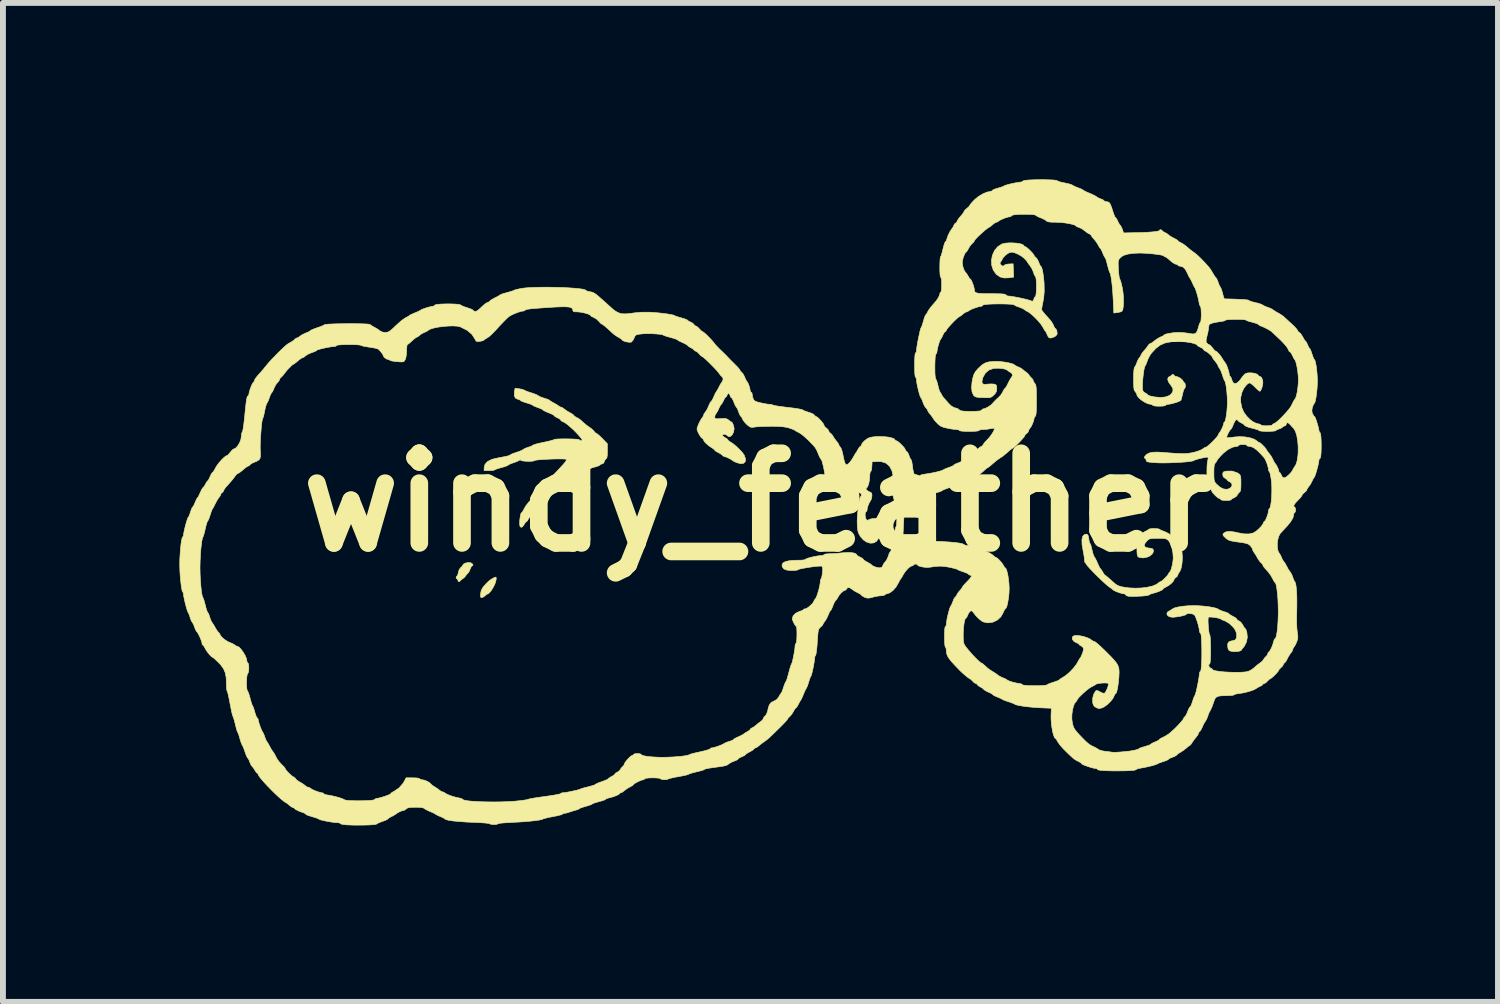
<source format=kicad_pcb>
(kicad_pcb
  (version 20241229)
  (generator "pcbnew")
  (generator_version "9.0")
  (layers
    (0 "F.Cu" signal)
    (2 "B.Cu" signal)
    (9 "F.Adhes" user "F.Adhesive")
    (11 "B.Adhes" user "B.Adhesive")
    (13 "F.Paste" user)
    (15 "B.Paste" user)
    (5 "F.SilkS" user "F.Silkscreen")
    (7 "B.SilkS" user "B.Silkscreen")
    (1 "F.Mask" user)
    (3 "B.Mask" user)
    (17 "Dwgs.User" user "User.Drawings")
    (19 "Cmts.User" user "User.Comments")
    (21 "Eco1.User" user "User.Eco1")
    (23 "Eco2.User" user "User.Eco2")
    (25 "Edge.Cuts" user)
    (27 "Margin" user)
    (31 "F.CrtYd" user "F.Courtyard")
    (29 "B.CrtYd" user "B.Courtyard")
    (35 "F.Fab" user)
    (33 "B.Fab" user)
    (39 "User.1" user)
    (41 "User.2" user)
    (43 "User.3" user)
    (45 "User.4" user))
  (footprint "windy_feather"
    (layer "F.Cu")
    (at 9.848 5.491)
    (property "Reference" "windy_feather" (at 0 0 0) (layer "F.SilkS") (effects (font (size 1.524 1.524) (thickness 0.3))))
    (attr through_hole)
    (fp_poly (pts (xy -4.461 1.283) (xy -4.464 1.318) (xy -4.477 1.366) (xy -4.491 1.402) (xy -4.519 1.455) (xy -4.55 1.504) (xy -4.581 1.54) (xy -4.605 1.556) (xy -4.607 1.556) (xy -4.626 1.566) (xy -4.651 1.587) (xy -4.684 1.611) (xy -4.709 1.619) (xy -4.725 1.613) (xy -4.73 1.591) (xy -4.727 1.551) (xy -4.719 1.507) (xy -4.702 1.468) (xy -4.673 1.426) (xy -4.624 1.373) (xy -4.611 1.359) (xy -4.571 1.324) (xy -4.525 1.294) (xy -4.485 1.274) (xy -4.468 1.27) (xy -4.461 1.283)) (stroke (width 0.01) (type solid)) (fill yes) (layer "F.SilkS"))
    (fp_poly (pts (xy -4.9 1.025) (xy -4.9 1.025) (xy -4.873 1.039) (xy -4.858 1.059) (xy -4.859 1.075) (xy -4.872 1.079) (xy -4.886 1.093) (xy -4.902 1.126) (xy -4.905 1.135) (xy -4.922 1.175) (xy -4.94 1.201) (xy -4.942 1.202) (xy -4.965 1.226) (xy -4.978 1.245) (xy -5.006 1.279) (xy -5.025 1.293) (xy -5.056 1.315) (xy -5.069 1.33) (xy -5.09 1.348) (xy -5.108 1.342) (xy -5.112 1.326) (xy -5.12 1.304) (xy -5.128 1.302) (xy -5.142 1.289) (xy -5.144 1.278) (xy -5.136 1.257) (xy -5.13 1.254) (xy -5.119 1.24) (xy -5.108 1.205) (xy -5.106 1.191) (xy -5.09 1.14) (xy -5.064 1.108) (xy -5.064 1.107) (xy -5.039 1.085) (xy -5.032 1.07) (xy -5.018 1.049) (xy -4.984 1.032) (xy -4.941 1.023) (xy -4.9 1.025)) (stroke (width 0.01) (type solid)) (fill yes) (layer "F.SilkS"))
    (fp_poly (pts (xy 6.771 0.447) (xy 6.804 0.452) (xy 6.813 0.456) (xy 6.83 0.468) (xy 6.868 0.484) (xy 6.904 0.498) (xy 6.965 0.527) (xy 7.028 0.573) (xy 7.084 0.625) (xy 7.125 0.678) (xy 7.138 0.706) (xy 7.157 0.742) (xy 7.169 0.757) (xy 7.187 0.794) (xy 7.198 0.852) (xy 7.203 0.925) (xy 7.201 1.002) (xy 7.192 1.076) (xy 7.177 1.138) (xy 7.157 1.18) (xy 7.153 1.183) (xy 7.133 1.213) (xy 7.128 1.231) (xy 7.116 1.257) (xy 7.096 1.274) (xy 7.071 1.295) (xy 7.064 1.31) (xy 7.051 1.339) (xy 7.018 1.375) (xy 6.973 1.411) (xy 6.933 1.434) (xy 6.896 1.454) (xy 6.876 1.471) (xy 6.874 1.475) (xy 6.86 1.488) (xy 6.824 1.506) (xy 6.774 1.525) (xy 6.718 1.543) (xy 6.691 1.549) (xy 6.655 1.562) (xy 6.634 1.575) (xy 6.615 1.582) (xy 6.572 1.588) (xy 6.514 1.593) (xy 6.448 1.596) (xy 6.382 1.598) (xy 6.324 1.598) (xy 6.282 1.595) (xy 6.275 1.593) (xy 6.247 1.581) (xy 6.239 1.571) (xy 6.226 1.557) (xy 6.216 1.556) (xy 6.181 1.55) (xy 6.133 1.536) (xy 6.082 1.517) (xy 6.042 1.499) (xy 6.025 1.487) (xy 6.001 1.466) (xy 5.964 1.44) (xy 5.961 1.438) (xy 5.931 1.415) (xy 5.886 1.376) (xy 5.832 1.326) (xy 5.774 1.27) (xy 5.715 1.212) (xy 5.661 1.156) (xy 5.616 1.108) (xy 5.585 1.072) (xy 5.572 1.052) (xy 5.572 1.052) (xy 5.562 1.033) (xy 5.556 1.032) (xy 5.545 1.018) (xy 5.54 0.984) (xy 5.54 0.98) (xy 5.536 0.937) (xy 5.527 0.878) (xy 5.517 0.826) (xy 5.498 0.717) (xy 5.496 0.634) (xy 5.51 0.576) (xy 5.541 0.545) (xy 5.568 0.54) (xy 5.589 0.545) (xy 5.602 0.566) (xy 5.611 0.61) (xy 5.612 0.619) (xy 5.62 0.664) (xy 5.629 0.693) (xy 5.634 0.699) (xy 5.643 0.713) (xy 5.654 0.75) (xy 5.666 0.802) (xy 5.68 0.859) (xy 5.694 0.903) (xy 5.706 0.925) (xy 5.722 0.95) (xy 5.744 0.993) (xy 5.763 1.036) (xy 5.784 1.083) (xy 5.801 1.116) (xy 5.81 1.127) (xy 5.822 1.14) (xy 5.842 1.171) (xy 5.849 1.183) (xy 5.87 1.218) (xy 5.886 1.237) (xy 5.888 1.238) (xy 5.904 1.248) (xy 5.936 1.274) (xy 5.972 1.306) (xy 6.028 1.356) (xy 6.068 1.39) (xy 6.101 1.411) (xy 6.134 1.424) (xy 6.174 1.435) (xy 6.198 1.44) (xy 6.298 1.454) (xy 6.405 1.459) (xy 6.512 1.455) (xy 6.611 1.442) (xy 6.697 1.422) (xy 6.762 1.395) (xy 6.786 1.378) (xy 6.813 1.356) (xy 6.829 1.349) (xy 6.85 1.339) (xy 6.882 1.312) (xy 6.918 1.277) (xy 6.949 1.243) (xy 6.967 1.217) (xy 6.969 1.212) (xy 6.981 1.19) (xy 6.986 1.188) (xy 7.001 1.169) (xy 7.017 1.127) (xy 7.031 1.071) (xy 7.042 1.01) (xy 7.048 0.952) (xy 7.048 0.937) (xy 7.042 0.854) (xy 7.025 0.772) (xy 7.001 0.703) (xy 6.972 0.654) (xy 6.968 0.65) (xy 6.947 0.631) (xy 6.922 0.62) (xy 6.888 0.614) (xy 6.834 0.611) (xy 6.787 0.611) (xy 6.718 0.612) (xy 6.672 0.615) (xy 6.643 0.623) (xy 6.62 0.637) (xy 6.6 0.656) (xy 6.564 0.703) (xy 6.557 0.74) (xy 6.58 0.765) (xy 6.632 0.777) (xy 6.653 0.778) (xy 6.694 0.787) (xy 6.712 0.811) (xy 6.71 0.843) (xy 6.689 0.878) (xy 6.652 0.91) (xy 6.602 0.932) (xy 6.536 0.944) (xy 6.486 0.939) (xy 6.458 0.93) (xy 6.443 0.914) (xy 6.435 0.882) (xy 6.432 0.84) (xy 6.431 0.759) (xy 6.438 0.686) (xy 6.451 0.63) (xy 6.467 0.599) (xy 6.49 0.567) (xy 6.497 0.552) (xy 6.518 0.528) (xy 6.555 0.502) (xy 6.568 0.496) (xy 6.606 0.476) (xy 6.63 0.46) (xy 6.633 0.456) (xy 6.651 0.45) (xy 6.69 0.445) (xy 6.723 0.445) (xy 6.771 0.447)) (stroke (width 0.01) (type solid)) (fill yes) (layer "F.SilkS"))
    (fp_poly (pts (xy -4.068 -1.931) (xy -4.022 -1.922) (xy -3.992 -1.912) (xy -3.985 -1.908) (xy -3.967 -1.898) (xy -3.926 -1.882) (xy -3.873 -1.865) (xy -3.818 -1.847) (xy -3.773 -1.829) (xy -3.75 -1.815) (xy -3.725 -1.8) (xy -3.68 -1.782) (xy -3.645 -1.771) (xy -3.597 -1.756) (xy -3.563 -1.741) (xy -3.553 -1.734) (xy -3.537 -1.721) (xy -3.502 -1.7) (xy -3.485 -1.691) (xy -3.441 -1.667) (xy -3.407 -1.645) (xy -3.4 -1.639) (xy -3.372 -1.622) (xy -3.359 -1.619) (xy -3.334 -1.609) (xy -3.307 -1.589) (xy -3.273 -1.563) (xy -3.225 -1.534) (xy -3.209 -1.525) (xy -3.17 -1.503) (xy -3.146 -1.484) (xy -3.143 -1.479) (xy -3.13 -1.464) (xy -3.1 -1.446) (xy -3.059 -1.424) (xy -3.032 -1.405) (xy -3.004 -1.379) (xy -2.968 -1.347) (xy -2.966 -1.345) (xy -2.922 -1.309) (xy -2.874 -1.275) (xy -2.871 -1.273) (xy -2.831 -1.243) (xy -2.801 -1.212) (xy -2.798 -1.207) (xy -2.776 -1.182) (xy -2.761 -1.175) (xy -2.743 -1.164) (xy -2.71 -1.136) (xy -2.668 -1.096) (xy -2.658 -1.086) (xy -2.572 -0.997) (xy -2.572 -0.873) (xy -2.573 -0.805) (xy -2.579 -0.764) (xy -2.589 -0.744) (xy -2.594 -0.741) (xy -2.614 -0.72) (xy -2.622 -0.696) (xy -2.64 -0.663) (xy -2.663 -0.654) (xy -2.691 -0.645) (xy -2.699 -0.635) (xy -2.713 -0.625) (xy -2.749 -0.611) (xy -2.779 -0.603) (xy -2.828 -0.589) (xy -2.866 -0.573) (xy -2.878 -0.565) (xy -2.902 -0.549) (xy -2.946 -0.527) (xy -2.985 -0.509) (xy -3.032 -0.488) (xy -3.067 -0.47) (xy -3.08 -0.462) (xy -3.098 -0.449) (xy -3.134 -0.429) (xy -3.147 -0.423) (xy -3.184 -0.403) (xy -3.205 -0.386) (xy -3.207 -0.382) (xy -3.22 -0.367) (xy -3.252 -0.348) (xy -3.262 -0.342) (xy -3.298 -0.322) (xy -3.317 -0.304) (xy -3.318 -0.3) (xy -3.331 -0.283) (xy -3.348 -0.273) (xy -3.377 -0.257) (xy -3.418 -0.228) (xy -3.441 -0.209) (xy -3.48 -0.176) (xy -3.53 -0.13) (xy -3.586 -0.076) (xy -3.643 -0.02) (xy -3.697 0.034) (xy -3.743 0.082) (xy -3.777 0.119) (xy -3.793 0.14) (xy -3.794 0.142) (xy -3.805 0.159) (xy -3.832 0.19) (xy -3.858 0.216) (xy -3.893 0.253) (xy -3.916 0.283) (xy -3.921 0.296) (xy -3.934 0.317) (xy -3.944 0.323) (xy -3.966 0.342) (xy -3.987 0.375) (xy -4.013 0.413) (xy -4.037 0.425) (xy -4.056 0.41) (xy -4.058 0.405) (xy -4.063 0.373) (xy -4.063 0.326) (xy -4.058 0.272) (xy -4.05 0.223) (xy -4.041 0.188) (xy -4.033 0.178) (xy -4.015 0.16) (xy -3.996 0.126) (xy -3.994 0.122) (xy -3.959 0.06) (xy -3.905 -0.009) (xy -3.841 -0.074) (xy -3.838 -0.077) (xy -3.809 -0.106) (xy -3.795 -0.126) (xy -3.794 -0.128) (xy -3.785 -0.145) (xy -3.758 -0.179) (xy -3.71 -0.232) (xy -3.643 -0.305) (xy -3.554 -0.399) (xy -3.524 -0.43) (xy -3.439 -0.519) (xy -3.373 -0.589) (xy -3.326 -0.641) (xy -3.294 -0.679) (xy -3.276 -0.704) (xy -3.269 -0.72) (xy -3.271 -0.73) (xy -3.274 -0.733) (xy -3.296 -0.737) (xy -3.343 -0.739) (xy -3.406 -0.739) (xy -3.482 -0.738) (xy -3.561 -0.735) (xy -3.64 -0.731) (xy -3.71 -0.726) (xy -3.765 -0.721) (xy -3.799 -0.716) (xy -3.807 -0.712) (xy -3.825 -0.704) (xy -3.864 -0.699) (xy -3.914 -0.698) (xy -3.967 -0.7) (xy -4.013 -0.705) (xy -4.043 -0.712) (xy -4.048 -0.718) (xy -4.053 -0.729) (xy -4.06 -0.721) (xy -4.081 -0.708) (xy -4.122 -0.69) (xy -4.162 -0.676) (xy -4.211 -0.659) (xy -4.246 -0.643) (xy -4.258 -0.634) (xy -4.274 -0.624) (xy -4.314 -0.609) (xy -4.368 -0.593) (xy -4.374 -0.592) (xy -4.429 -0.576) (xy -4.47 -0.562) (xy -4.49 -0.552) (xy -4.49 -0.552) (xy -4.507 -0.545) (xy -4.547 -0.541) (xy -4.581 -0.54) (xy -4.667 -0.54) (xy -4.667 -0.592) (xy -4.652 -0.647) (xy -4.609 -0.694) (xy -4.542 -0.729) (xy -4.484 -0.745) (xy -4.414 -0.759) (xy -4.338 -0.774) (xy -4.31 -0.779) (xy -4.263 -0.79) (xy -4.231 -0.801) (xy -4.223 -0.807) (xy -4.209 -0.817) (xy -4.172 -0.832) (xy -4.125 -0.848) (xy -4.07 -0.866) (xy -4.026 -0.885) (xy -4.005 -0.898) (xy -3.976 -0.916) (xy -3.932 -0.933) (xy -3.916 -0.938) (xy -3.873 -0.952) (xy -3.845 -0.967) (xy -3.84 -0.971) (xy -3.822 -0.98) (xy -3.779 -0.993) (xy -3.718 -1.008) (xy -3.658 -1.021) (xy -3.588 -1.036) (xy -3.53 -1.05) (xy -3.492 -1.061) (xy -3.479 -1.068) (xy -3.462 -1.073) (xy -3.421 -1.077) (xy -3.363 -1.079) (xy -3.294 -1.08) (xy -3.223 -1.079) (xy -3.156 -1.077) (xy -3.099 -1.074) (xy -3.061 -1.069) (xy -3.048 -1.064) (xy -3.035 -1.05) (xy -3.024 -1.048) (xy -3.003 -1.056) (xy -3 -1.062) (xy -3.01 -1.08) (xy -3.036 -1.113) (xy -3.07 -1.153) (xy -3.108 -1.193) (xy -3.141 -1.227) (xy -3.142 -1.228) (xy -3.207 -1.286) (xy -3.254 -1.326) (xy -3.29 -1.352) (xy -3.319 -1.368) (xy -3.338 -1.375) (xy -3.361 -1.39) (xy -3.365 -1.4) (xy -3.379 -1.415) (xy -3.411 -1.433) (xy -3.421 -1.438) (xy -3.457 -1.456) (xy -3.476 -1.472) (xy -3.477 -1.475) (xy -3.49 -1.487) (xy -3.526 -1.505) (xy -3.572 -1.524) (xy -3.621 -1.544) (xy -3.655 -1.561) (xy -3.667 -1.571) (xy -3.681 -1.582) (xy -3.716 -1.598) (xy -3.754 -1.612) (xy -3.801 -1.63) (xy -3.833 -1.644) (xy -3.842 -1.652) (xy -3.856 -1.661) (xy -3.893 -1.675) (xy -3.944 -1.691) (xy -3.945 -1.691) (xy -3.997 -1.708) (xy -4.034 -1.722) (xy -4.048 -1.732) (xy -4.048 -1.732) (xy -4.062 -1.743) (xy -4.095 -1.754) (xy -4.095 -1.754) (xy -4.136 -1.774) (xy -4.155 -1.814) (xy -4.153 -1.875) (xy -4.152 -1.885) (xy -4.141 -1.941) (xy -4.068 -1.931)) (stroke (width 0.01) (type solid)) (fill yes) (layer "F.SilkS"))
    (fp_poly (pts (xy 4.86 -5.486) (xy 4.937 -5.484) (xy 5.003 -5.481) (xy 5.051 -5.476) (xy 5.075 -5.469) (xy 5.077 -5.468) (xy 5.097 -5.457) (xy 5.14 -5.444) (xy 5.196 -5.432) (xy 5.203 -5.431) (xy 5.263 -5.418) (xy 5.31 -5.405) (xy 5.337 -5.392) (xy 5.338 -5.392) (xy 5.365 -5.375) (xy 5.408 -5.357) (xy 5.427 -5.35) (xy 5.473 -5.333) (xy 5.507 -5.316) (xy 5.515 -5.31) (xy 5.538 -5.295) (xy 5.581 -5.274) (xy 5.628 -5.255) (xy 5.68 -5.232) (xy 5.723 -5.21) (xy 5.743 -5.197) (xy 5.77 -5.179) (xy 5.812 -5.161) (xy 5.818 -5.159) (xy 5.854 -5.144) (xy 5.873 -5.129) (xy 5.874 -5.126) (xy 5.887 -5.115) (xy 5.909 -5.112) (xy 5.939 -5.108) (xy 5.961 -5.096) (xy 5.979 -5.069) (xy 5.998 -5.021) (xy 6.016 -4.965) (xy 6.035 -4.908) (xy 6.052 -4.865) (xy 6.065 -4.843) (xy 6.067 -4.842) (xy 6.08 -4.829) (xy 6.099 -4.796) (xy 6.104 -4.783) (xy 6.124 -4.743) (xy 6.142 -4.717) (xy 6.145 -4.714) (xy 6.16 -4.693) (xy 6.178 -4.655) (xy 6.183 -4.642) (xy 6.204 -4.581) (xy 6.392 -4.585) (xy 6.519 -4.588) (xy 6.626 -4.593) (xy 6.711 -4.6) (xy 6.772 -4.608) (xy 6.805 -4.616) (xy 6.81 -4.621) (xy 6.823 -4.634) (xy 6.834 -4.636) (xy 6.855 -4.628) (xy 6.858 -4.622) (xy 6.871 -4.607) (xy 6.903 -4.589) (xy 6.906 -4.588) (xy 6.943 -4.569) (xy 6.965 -4.55) (xy 6.966 -4.55) (xy 6.986 -4.533) (xy 7.024 -4.51) (xy 7.052 -4.495) (xy 7.095 -4.473) (xy 7.122 -4.455) (xy 7.128 -4.448) (xy 7.141 -4.434) (xy 7.172 -4.417) (xy 7.174 -4.417) (xy 7.221 -4.39) (xy 7.257 -4.364) (xy 7.296 -4.331) (xy 7.326 -4.305) (xy 7.36 -4.278) (xy 7.404 -4.246) (xy 7.414 -4.239) (xy 7.456 -4.205) (xy 7.51 -4.154) (xy 7.579 -4.083) (xy 7.65 -4.004) (xy 7.678 -3.968) (xy 7.709 -3.919) (xy 7.719 -3.901) (xy 7.744 -3.859) (xy 7.765 -3.829) (xy 7.772 -3.823) (xy 7.787 -3.802) (xy 7.805 -3.762) (xy 7.811 -3.743) (xy 7.828 -3.698) (xy 7.846 -3.664) (xy 7.851 -3.657) (xy 7.864 -3.632) (xy 7.878 -3.588) (xy 7.888 -3.55) (xy 7.901 -3.502) (xy 7.912 -3.469) (xy 7.919 -3.46) (xy 8.047 -3.457) (xy 8.147 -3.453) (xy 8.222 -3.45) (xy 8.274 -3.446) (xy 8.308 -3.442) (xy 8.327 -3.438) (xy 8.332 -3.434) (xy 8.352 -3.423) (xy 8.394 -3.409) (xy 8.443 -3.397) (xy 8.498 -3.384) (xy 8.541 -3.369) (xy 8.562 -3.359) (xy 8.588 -3.343) (xy 8.631 -3.325) (xy 8.65 -3.318) (xy 8.696 -3.301) (xy 8.73 -3.284) (xy 8.737 -3.279) (xy 8.761 -3.262) (xy 8.801 -3.237) (xy 8.825 -3.224) (xy 8.872 -3.197) (xy 8.911 -3.17) (xy 8.922 -3.161) (xy 8.947 -3.139) (xy 8.987 -3.102) (xy 9.036 -3.057) (xy 9.055 -3.04) (xy 9.102 -2.996) (xy 9.138 -2.957) (xy 9.158 -2.931) (xy 9.16 -2.926) (xy 9.172 -2.903) (xy 9.191 -2.89) (xy 9.218 -2.865) (xy 9.244 -2.824) (xy 9.25 -2.814) (xy 9.272 -2.773) (xy 9.292 -2.746) (xy 9.297 -2.742) (xy 9.314 -2.72) (xy 9.332 -2.681) (xy 9.335 -2.675) (xy 9.35 -2.639) (xy 9.364 -2.62) (xy 9.366 -2.619) (xy 9.377 -2.605) (xy 9.392 -2.569) (xy 9.407 -2.524) (xy 9.424 -2.475) (xy 9.438 -2.44) (xy 9.447 -2.429) (xy 9.457 -2.414) (xy 9.468 -2.374) (xy 9.479 -2.315) (xy 9.488 -2.244) (xy 9.495 -2.166) (xy 9.499 -2.089) (xy 9.499 -2.077) (xy 9.498 -2.008) (xy 9.493 -1.932) (xy 9.485 -1.856) (xy 9.476 -1.787) (xy 9.465 -1.731) (xy 9.455 -1.694) (xy 9.446 -1.683) (xy 9.435 -1.669) (xy 9.421 -1.635) (xy 9.415 -1.618) (xy 9.405 -1.568) (xy 9.409 -1.528) (xy 9.417 -1.507) (xy 9.434 -1.475) (xy 9.448 -1.461) (xy 9.449 -1.461) (xy 9.459 -1.447) (xy 9.474 -1.411) (xy 9.49 -1.362) (xy 9.506 -1.309) (xy 9.519 -1.261) (xy 9.525 -1.226) (xy 9.525 -1.222) (xy 9.534 -1.195) (xy 9.544 -1.187) (xy 9.552 -1.169) (xy 9.558 -1.127) (xy 9.562 -1.068) (xy 9.564 -0.998) (xy 9.564 -0.925) (xy 9.562 -0.857) (xy 9.558 -0.8) (xy 9.551 -0.762) (xy 9.545 -0.75) (xy 9.528 -0.731) (xy 9.525 -0.716) (xy 9.521 -0.683) (xy 9.511 -0.633) (xy 9.496 -0.575) (xy 9.48 -0.517) (xy 9.464 -0.468) (xy 9.452 -0.436) (xy 9.447 -0.429) (xy 9.433 -0.41) (xy 9.414 -0.373) (xy 9.409 -0.362) (xy 9.384 -0.313) (xy 9.355 -0.272) (xy 9.351 -0.267) (xy 9.328 -0.236) (xy 9.319 -0.213) (xy 9.307 -0.192) (xy 9.279 -0.168) (xy 9.25 -0.143) (xy 9.239 -0.122) (xy 9.228 -0.102) (xy 9.2 -0.068) (xy 9.168 -0.035) (xy 9.125 0.01) (xy 9.101 0.047) (xy 9.097 0.072) (xy 9.112 0.079) (xy 9.123 0.093) (xy 9.128 0.126) (xy 9.128 0.127) (xy 9.124 0.16) (xy 9.112 0.175) (xy 9.112 0.175) (xy 9.099 0.188) (xy 9.096 0.205) (xy 9.084 0.262) (xy 9.044 0.33) (xy 8.978 0.41) (xy 8.977 0.411) (xy 8.934 0.457) (xy 8.896 0.498) (xy 8.871 0.524) (xy 8.871 0.525) (xy 8.844 0.571) (xy 8.826 0.634) (xy 8.817 0.705) (xy 8.819 0.774) (xy 8.831 0.831) (xy 8.849 0.862) (xy 8.867 0.889) (xy 8.887 0.93) (xy 8.889 0.937) (xy 8.908 0.978) (xy 8.927 1.006) (xy 8.93 1.008) (xy 8.948 1.032) (xy 8.97 1.072) (xy 8.978 1.087) (xy 9.002 1.133) (xy 9.026 1.169) (xy 9.032 1.176) (xy 9.053 1.207) (xy 9.074 1.253) (xy 9.08 1.271) (xy 9.096 1.315) (xy 9.111 1.345) (xy 9.116 1.35) (xy 9.127 1.374) (xy 9.137 1.426) (xy 9.144 1.5) (xy 9.149 1.594) (xy 9.15 1.703) (xy 9.149 1.822) (xy 9.148 1.852) (xy 9.146 1.968) (xy 9.147 2.071) (xy 9.151 2.154) (xy 9.158 2.211) (xy 9.158 2.211) (xy 9.166 2.271) (xy 9.165 2.316) (xy 9.152 2.36) (xy 9.148 2.37) (xy 9.128 2.416) (xy 9.107 2.451) (xy 9.101 2.458) (xy 9.083 2.487) (xy 9.081 2.501) (xy 9.07 2.53) (xy 9.053 2.553) (xy 9.03 2.584) (xy 9.002 2.63) (xy 8.989 2.656) (xy 8.967 2.698) (xy 8.946 2.725) (xy 8.938 2.731) (xy 8.923 2.743) (xy 8.922 2.753) (xy 8.91 2.778) (xy 8.882 2.807) (xy 8.882 2.807) (xy 8.854 2.833) (xy 8.842 2.853) (xy 8.842 2.853) (xy 8.832 2.872) (xy 8.805 2.904) (xy 8.769 2.941) (xy 8.733 2.974) (xy 8.705 2.996) (xy 8.695 3) (xy 8.676 3.012) (xy 8.65 3.039) (xy 8.649 3.04) (xy 8.62 3.068) (xy 8.595 3.08) (xy 8.595 3.08) (xy 8.575 3.088) (xy 8.572 3.094) (xy 8.559 3.109) (xy 8.527 3.126) (xy 8.524 3.128) (xy 8.484 3.147) (xy 8.456 3.166) (xy 8.456 3.166) (xy 8.426 3.183) (xy 8.373 3.203) (xy 8.308 3.222) (xy 8.238 3.239) (xy 8.173 3.249) (xy 8.166 3.25) (xy 8.119 3.257) (xy 8.088 3.266) (xy 8.08 3.272) (xy 8.066 3.279) (xy 8.026 3.283) (xy 7.97 3.286) (xy 7.941 3.286) (xy 7.862 3.288) (xy 7.809 3.297) (xy 7.774 3.316) (xy 7.753 3.347) (xy 7.74 3.384) (xy 7.726 3.424) (xy 7.708 3.473) (xy 7.688 3.518) (xy 7.673 3.549) (xy 7.667 3.556) (xy 7.657 3.575) (xy 7.643 3.613) (xy 7.636 3.634) (xy 7.618 3.68) (xy 7.6 3.715) (xy 7.593 3.723) (xy 7.576 3.75) (xy 7.554 3.793) (xy 7.546 3.812) (xy 7.526 3.856) (xy 7.505 3.888) (xy 7.498 3.894) (xy 7.479 3.917) (xy 7.477 3.928) (xy 7.467 3.952) (xy 7.442 3.986) (xy 7.439 3.99) (xy 7.402 4.035) (xy 7.372 4.079) (xy 7.351 4.111) (xy 7.336 4.127) (xy 7.335 4.128) (xy 7.319 4.137) (xy 7.288 4.162) (xy 7.271 4.177) (xy 7.225 4.213) (xy 7.179 4.244) (xy 7.168 4.25) (xy 7.131 4.272) (xy 7.109 4.293) (xy 7.109 4.294) (xy 7.088 4.31) (xy 7.048 4.328) (xy 7.033 4.334) (xy 6.994 4.349) (xy 6.971 4.363) (xy 6.969 4.367) (xy 6.955 4.377) (xy 6.919 4.393) (xy 6.878 4.407) (xy 6.828 4.424) (xy 6.792 4.438) (xy 6.779 4.446) (xy 6.759 4.455) (xy 6.717 4.469) (xy 6.659 4.484) (xy 6.594 4.499) (xy 6.53 4.512) (xy 6.493 4.518) (xy 6.447 4.528) (xy 6.416 4.541) (xy 6.41 4.547) (xy 6.391 4.553) (xy 6.346 4.558) (xy 6.281 4.562) (xy 6.203 4.564) (xy 6.117 4.565) (xy 6.03 4.565) (xy 5.946 4.563) (xy 5.872 4.56) (xy 5.813 4.555) (xy 5.776 4.549) (xy 5.767 4.544) (xy 5.747 4.527) (xy 5.732 4.524) (xy 5.7 4.52) (xy 5.653 4.508) (xy 5.6 4.491) (xy 5.55 4.474) (xy 5.511 4.457) (xy 5.493 4.446) (xy 5.493 4.444) (xy 5.48 4.43) (xy 5.447 4.409) (xy 5.434 4.403) (xy 5.404 4.388) (xy 5.378 4.373) (xy 5.352 4.354) (xy 5.319 4.325) (xy 5.274 4.283) (xy 5.221 4.231) (xy 5.17 4.179) (xy 5.125 4.127) (xy 5.094 4.084) (xy 5.088 4.075) (xy 5.067 4.039) (xy 5.052 4.018) (xy 5.049 4.016) (xy 5.032 4.002) (xy 5.015 3.961) (xy 4.999 3.902) (xy 4.986 3.831) (xy 4.976 3.753) (xy 4.971 3.676) (xy 4.971 3.622) (xy 4.976 3.5) (xy 4.77 3.491) (xy 4.67 3.484) (xy 4.575 3.475) (xy 4.49 3.464) (xy 4.42 3.452) (xy 4.371 3.44) (xy 4.35 3.429) (xy 4.331 3.419) (xy 4.292 3.404) (xy 4.247 3.389) (xy 4.196 3.372) (xy 4.158 3.357) (xy 4.143 3.349) (xy 4.125 3.338) (xy 4.087 3.321) (xy 4.06 3.31) (xy 4.017 3.292) (xy 3.99 3.277) (xy 3.985 3.271) (xy 3.971 3.259) (xy 3.937 3.24) (xy 3.905 3.226) (xy 3.861 3.204) (xy 3.833 3.186) (xy 3.826 3.178) (xy 3.813 3.164) (xy 3.781 3.144) (xy 3.77 3.139) (xy 3.735 3.118) (xy 3.716 3.099) (xy 3.715 3.096) (xy 3.702 3.081) (xy 3.692 3.08) (xy 3.667 3.068) (xy 3.638 3.04) (xy 3.638 3.04) (xy 3.612 3.012) (xy 3.593 3) (xy 3.593 3) (xy 3.575 2.99) (xy 3.541 2.965) (xy 3.498 2.929) (xy 3.454 2.89) (xy 3.417 2.854) (xy 3.337 2.771) (xy 3.278 2.706) (xy 3.236 2.653) (xy 3.21 2.61) (xy 3.196 2.571) (xy 3.191 2.532) (xy 3.191 2.525) (xy 3.187 2.485) (xy 3.179 2.462) (xy 3.175 2.461) (xy 3.168 2.445) (xy 3.163 2.403) (xy 3.16 2.336) (xy 3.159 2.286) (xy 3.161 2.207) (xy 3.164 2.15) (xy 3.17 2.117) (xy 3.175 2.111) (xy 3.187 2.098) (xy 3.191 2.068) (xy 3.195 2.029) (xy 3.204 1.975) (xy 3.218 1.913) (xy 3.233 1.853) (xy 3.248 1.802) (xy 3.261 1.77) (xy 3.265 1.764) (xy 3.278 1.744) (xy 3.295 1.705) (xy 3.302 1.685) (xy 3.319 1.642) (xy 3.338 1.613) (xy 3.345 1.608) (xy 3.364 1.589) (xy 3.365 1.581) (xy 3.375 1.558) (xy 3.4 1.523) (xy 3.413 1.508) (xy 3.442 1.474) (xy 3.459 1.449) (xy 3.461 1.443) (xy 3.471 1.427) (xy 3.498 1.395) (xy 3.537 1.354) (xy 3.54 1.351) (xy 3.589 1.299) (xy 3.614 1.264) (xy 3.616 1.245) (xy 3.598 1.238) (xy 3.596 1.238) (xy 3.575 1.23) (xy 3.572 1.224) (xy 3.558 1.212) (xy 3.522 1.196) (xy 3.481 1.181) (xy 3.431 1.164) (xy 3.394 1.149) (xy 3.381 1.141) (xy 3.363 1.133) (xy 3.321 1.121) (xy 3.264 1.108) (xy 3.242 1.103) (xy 3.157 1.089) (xy 3.079 1.084) (xy 2.997 1.09) (xy 2.9 1.104) (xy 2.856 1.106) (xy 2.805 1.101) (xy 2.755 1.091) (xy 2.716 1.078) (xy 2.699 1.063) (xy 2.699 1.062) (xy 2.685 1.05) (xy 2.667 1.048) (xy 2.641 1.054) (xy 2.635 1.064) (xy 2.622 1.077) (xy 2.607 1.079) (xy 2.576 1.092) (xy 2.537 1.125) (xy 2.496 1.172) (xy 2.46 1.225) (xy 2.453 1.238) (xy 2.432 1.276) (xy 2.416 1.299) (xy 2.414 1.302) (xy 2.401 1.32) (xy 2.382 1.356) (xy 2.376 1.368) (xy 2.335 1.439) (xy 2.283 1.498) (xy 2.229 1.537) (xy 2.196 1.549) (xy 2.16 1.56) (xy 2.143 1.572) (xy 2.143 1.573) (xy 2.129 1.582) (xy 2.094 1.587) (xy 2.083 1.587) (xy 2.031 1.592) (xy 1.968 1.604) (xy 1.94 1.612) (xy 1.889 1.625) (xy 1.852 1.628) (xy 1.818 1.619) (xy 1.802 1.613) (xy 1.766 1.594) (xy 1.747 1.579) (xy 1.746 1.576) (xy 1.733 1.562) (xy 1.7 1.544) (xy 1.687 1.537) (xy 1.637 1.511) (xy 1.594 1.482) (xy 1.589 1.478) (xy 1.546 1.45) (xy 1.514 1.449) (xy 1.498 1.468) (xy 1.48 1.49) (xy 1.471 1.493) (xy 1.441 1.506) (xy 1.404 1.537) (xy 1.369 1.578) (xy 1.349 1.611) (xy 1.328 1.648) (xy 1.308 1.67) (xy 1.307 1.671) (xy 1.292 1.691) (xy 1.272 1.732) (xy 1.261 1.762) (xy 1.243 1.806) (xy 1.228 1.835) (xy 1.221 1.841) (xy 1.21 1.855) (xy 1.193 1.889) (xy 1.182 1.916) (xy 1.159 1.967) (xy 1.134 2.01) (xy 1.124 2.023) (xy 1.103 2.052) (xy 1.095 2.07) (xy 1.084 2.09) (xy 1.056 2.117) (xy 1.053 2.12) (xy 1.036 2.135) (xy 1.024 2.152) (xy 1.015 2.177) (xy 1.009 2.215) (xy 1.004 2.272) (xy 0.998 2.354) (xy 0.997 2.375) (xy 0.991 2.455) (xy 0.984 2.523) (xy 0.976 2.573) (xy 0.97 2.599) (xy 0.968 2.601) (xy 0.956 2.619) (xy 0.953 2.644) (xy 0.949 2.68) (xy 0.941 2.733) (xy 0.93 2.794) (xy 0.917 2.855) (xy 0.905 2.907) (xy 0.894 2.943) (xy 0.889 2.953) (xy 0.879 2.971) (xy 0.864 3.011) (xy 0.85 3.056) (xy 0.834 3.107) (xy 0.819 3.145) (xy 0.811 3.159) (xy 0.8 3.177) (xy 0.781 3.216) (xy 0.762 3.262) (xy 0.741 3.313) (xy 0.723 3.35) (xy 0.714 3.365) (xy 0.701 3.384) (xy 0.682 3.42) (xy 0.675 3.433) (xy 0.655 3.47) (xy 0.638 3.491) (xy 0.634 3.493) (xy 0.62 3.506) (xy 0.6 3.538) (xy 0.593 3.552) (xy 0.565 3.598) (xy 0.534 3.636) (xy 0.528 3.64) (xy 0.502 3.666) (xy 0.492 3.684) (xy 0.481 3.7) (xy 0.452 3.733) (xy 0.408 3.779) (xy 0.353 3.834) (xy 0.339 3.847) (xy 0.268 3.917) (xy 0.215 3.968) (xy 0.176 4.004) (xy 0.146 4.03) (xy 0.122 4.049) (xy 0.098 4.066) (xy 0.085 4.075) (xy 0.039 4.108) (xy 0.002 4.139) (xy -0.031 4.164) (xy -0.057 4.175) (xy -0.058 4.175) (xy -0.077 4.184) (xy -0.079 4.19) (xy -0.092 4.205) (xy -0.126 4.227) (xy -0.151 4.24) (xy -0.192 4.263) (xy -0.218 4.281) (xy -0.222 4.287) (xy -0.236 4.3) (xy -0.269 4.317) (xy -0.286 4.324) (xy -0.325 4.342) (xy -0.347 4.359) (xy -0.349 4.363) (xy -0.363 4.376) (xy -0.397 4.392) (xy -0.414 4.398) (xy -0.463 4.418) (xy -0.504 4.442) (xy -0.511 4.447) (xy -0.526 4.46) (xy -0.544 4.469) (xy -0.57 4.477) (xy -0.608 4.485) (xy -0.666 4.494) (xy -0.747 4.505) (xy -0.782 4.51) (xy -0.844 4.519) (xy -0.891 4.528) (xy -0.918 4.536) (xy -0.921 4.539) (xy -0.935 4.548) (xy -0.973 4.56) (xy -1.028 4.575) (xy -1.052 4.58) (xy -1.113 4.595) (xy -1.161 4.609) (xy -1.188 4.62) (xy -1.191 4.622) (xy -1.21 4.63) (xy -1.253 4.641) (xy -1.313 4.653) (xy -1.366 4.663) (xy -1.435 4.675) (xy -1.49 4.688) (xy -1.527 4.698) (xy -1.537 4.703) (xy -1.555 4.711) (xy -1.589 4.715) (xy -1.628 4.713) (xy -1.658 4.707) (xy -1.667 4.699) (xy -1.682 4.691) (xy -1.723 4.686) (xy -1.784 4.683) (xy -1.802 4.683) (xy -1.868 4.685) (xy -1.914 4.69) (xy -1.936 4.697) (xy -1.937 4.699) (xy -1.95 4.713) (xy -1.96 4.715) (xy -1.988 4.721) (xy -2.028 4.737) (xy -2.071 4.758) (xy -2.108 4.779) (xy -2.126 4.794) (xy -2.127 4.797) (xy -2.14 4.81) (xy -2.173 4.83) (xy -2.185 4.836) (xy -2.235 4.864) (xy -2.279 4.897) (xy -2.283 4.9) (xy -2.316 4.926) (xy -2.343 4.937) (xy -2.344 4.937) (xy -2.363 4.945) (xy -2.365 4.951) (xy -2.379 4.964) (xy -2.415 4.983) (xy -2.465 5.002) (xy -2.519 5.018) (xy -2.552 5.026) (xy -2.587 5.036) (xy -2.603 5.047) (xy -2.603 5.049) (xy -2.618 5.058) (xy -2.655 5.071) (xy -2.708 5.086) (xy -2.715 5.088) (xy -2.769 5.103) (xy -2.808 5.116) (xy -2.826 5.125) (xy -2.826 5.126) (xy -2.84 5.135) (xy -2.877 5.149) (xy -2.93 5.165) (xy -2.937 5.167) (xy -2.991 5.183) (xy -3.03 5.197) (xy -3.048 5.206) (xy -3.048 5.207) (xy -3.062 5.216) (xy -3.097 5.229) (xy -3.123 5.236) (xy -3.176 5.252) (xy -3.222 5.267) (xy -3.235 5.272) (xy -3.277 5.283) (xy -3.303 5.286) (xy -3.328 5.292) (xy -3.334 5.3) (xy -3.348 5.308) (xy -3.388 5.319) (xy -3.445 5.332) (xy -3.496 5.342) (xy -3.565 5.355) (xy -3.62 5.368) (xy -3.657 5.378) (xy -3.667 5.383) (xy -3.688 5.392) (xy -3.737 5.402) (xy -3.807 5.411) (xy -3.894 5.421) (xy -3.994 5.429) (xy -4.101 5.436) (xy -4.187 5.44) (xy -4.271 5.445) (xy -4.342 5.45) (xy -4.395 5.455) (xy -4.425 5.461) (xy -4.429 5.463) (xy -4.443 5.471) (xy -4.479 5.476) (xy -4.501 5.477) (xy -4.543 5.474) (xy -4.569 5.467) (xy -4.572 5.463) (xy -4.587 5.459) (xy -4.629 5.453) (xy -4.692 5.448) (xy -4.771 5.443) (xy -4.846 5.44) (xy -4.981 5.434) (xy -5.098 5.425) (xy -5.196 5.416) (xy -5.269 5.405) (xy -5.317 5.393) (xy -5.334 5.382) (xy -5.352 5.369) (xy -5.39 5.35) (xy -5.413 5.341) (xy -5.457 5.322) (xy -5.487 5.306) (xy -5.493 5.301) (xy -5.511 5.289) (xy -5.55 5.271) (xy -5.588 5.255) (xy -5.637 5.233) (xy -5.673 5.213) (xy -5.687 5.202) (xy -5.709 5.192) (xy -5.76 5.185) (xy -5.831 5.183) (xy -5.902 5.185) (xy -5.948 5.19) (xy -5.977 5.2) (xy -5.991 5.211) (xy -6.022 5.233) (xy -6.043 5.239) (xy -6.072 5.246) (xy -6.113 5.264) (xy -6.152 5.286) (xy -6.175 5.304) (xy -6.194 5.316) (xy -6.229 5.335) (xy -6.243 5.341) (xy -6.28 5.361) (xy -6.301 5.377) (xy -6.302 5.381) (xy -6.316 5.391) (xy -6.352 5.408) (xy -6.394 5.423) (xy -6.444 5.441) (xy -6.482 5.459) (xy -6.496 5.469) (xy -6.516 5.475) (xy -6.561 5.48) (xy -6.626 5.484) (xy -6.704 5.486) (xy -6.79 5.487) (xy -6.878 5.487) (xy -6.961 5.484) (xy -7.013 5.482) (xy -7.064 5.476) (xy -7.1 5.468) (xy -7.112 5.46) (xy -7.126 5.45) (xy -7.16 5.445) (xy -7.166 5.445) (xy -7.21 5.442) (xy -7.268 5.434) (xy -7.332 5.423) (xy -7.393 5.411) (xy -7.442 5.399) (xy -7.472 5.388) (xy -7.476 5.385) (xy -7.495 5.374) (xy -7.536 5.36) (xy -7.59 5.344) (xy -7.592 5.343) (xy -7.645 5.327) (xy -7.684 5.313) (xy -7.699 5.302) (xy -7.699 5.302) (xy -7.713 5.288) (xy -7.735 5.278) (xy -7.787 5.26) (xy -7.835 5.24) (xy -7.873 5.22) (xy -7.89 5.205) (xy -7.89 5.204) (xy -7.903 5.192) (xy -7.911 5.191) (xy -7.937 5.181) (xy -7.97 5.156) (xy -7.974 5.153) (xy -8.006 5.126) (xy -8.028 5.11) (xy -8.03 5.109) (xy -8.062 5.09) (xy -8.11 5.052) (xy -8.168 5.001) (xy -8.232 4.941) (xy -8.298 4.875) (xy -8.362 4.809) (xy -8.419 4.746) (xy -8.466 4.692) (xy -8.497 4.65) (xy -8.509 4.624) (xy -8.509 4.624) (xy -8.519 4.605) (xy -8.524 4.604) (xy -8.541 4.591) (xy -8.562 4.559) (xy -8.566 4.552) (xy -8.589 4.515) (xy -8.609 4.491) (xy -8.612 4.489) (xy -8.628 4.468) (xy -8.646 4.429) (xy -8.652 4.414) (xy -8.667 4.375) (xy -8.681 4.352) (xy -8.685 4.35) (xy -8.695 4.336) (xy -8.712 4.299) (xy -8.731 4.248) (xy -8.732 4.243) (xy -8.751 4.189) (xy -8.768 4.148) (xy -8.779 4.128) (xy -8.779 4.128) (xy -8.789 4.109) (xy -8.804 4.069) (xy -8.82 4.016) (xy -8.835 3.963) (xy -8.849 3.923) (xy -8.859 3.905) (xy -8.867 3.887) (xy -8.879 3.846) (xy -8.894 3.789) (xy -8.898 3.77) (xy -8.913 3.711) (xy -8.927 3.664) (xy -8.937 3.638) (xy -8.939 3.635) (xy -8.945 3.618) (xy -8.956 3.575) (xy -8.969 3.512) (xy -8.984 3.437) (xy -8.987 3.421) (xy -9.002 3.344) (xy -9.015 3.28) (xy -9.027 3.233) (xy -9.035 3.21) (xy -9.036 3.209) (xy -9.042 3.192) (xy -9.047 3.151) (xy -9.049 3.095) (xy -9.049 3.081) (xy -9.053 2.977) (xy -9.069 2.896) (xy -9.098 2.827) (xy -9.146 2.762) (xy -9.181 2.725) (xy -9.224 2.683) (xy -9.259 2.651) (xy -9.28 2.636) (xy -9.282 2.635) (xy -9.302 2.623) (xy -9.332 2.593) (xy -9.365 2.553) (xy -9.395 2.51) (xy -9.414 2.475) (xy -9.432 2.443) (xy -9.447 2.429) (xy -9.448 2.429) (xy -9.46 2.416) (xy -9.462 2.404) (xy -9.468 2.373) (xy -9.484 2.327) (xy -9.506 2.277) (xy -9.528 2.233) (xy -9.546 2.206) (xy -9.549 2.203) (xy -9.565 2.182) (xy -9.583 2.143) (xy -9.589 2.124) (xy -9.606 2.079) (xy -9.624 2.046) (xy -9.629 2.04) (xy -9.644 2.016) (xy -9.661 1.974) (xy -9.667 1.953) (xy -9.681 1.909) (xy -9.695 1.879) (xy -9.699 1.873) (xy -9.708 1.855) (xy -9.722 1.814) (xy -9.737 1.759) (xy -9.753 1.697) (xy -9.766 1.637) (xy -9.776 1.588) (xy -9.779 1.558) (xy -9.785 1.53) (xy -9.793 1.521) (xy -9.801 1.504) (xy -9.81 1.46) (xy -9.819 1.397) (xy -9.828 1.321) (xy -9.835 1.237) (xy -9.84 1.151) (xy -9.841 1.119) (xy -9.498 1.119) (xy -9.496 1.22) (xy -9.491 1.32) (xy -9.484 1.414) (xy -9.476 1.496) (xy -9.466 1.562) (xy -9.455 1.605) (xy -9.448 1.619) (xy -9.439 1.637) (xy -9.426 1.679) (xy -9.411 1.735) (xy -9.407 1.75) (xy -9.392 1.808) (xy -9.378 1.851) (xy -9.367 1.872) (xy -9.366 1.873) (xy -9.355 1.887) (xy -9.341 1.922) (xy -9.334 1.946) (xy -9.318 1.993) (xy -9.302 2.029) (xy -9.296 2.037) (xy -9.279 2.062) (xy -9.254 2.102) (xy -9.24 2.127) (xy -9.214 2.171) (xy -9.19 2.203) (xy -9.181 2.211) (xy -9.162 2.233) (xy -9.16 2.242) (xy -9.147 2.268) (xy -9.115 2.303) (xy -9.071 2.338) (xy -9.024 2.368) (xy -8.993 2.381) (xy -8.948 2.4) (xy -8.914 2.419) (xy -8.909 2.423) (xy -8.882 2.442) (xy -8.869 2.445) (xy -8.838 2.458) (xy -8.802 2.494) (xy -8.765 2.544) (xy -8.732 2.6) (xy -8.708 2.655) (xy -8.7 2.701) (xy -8.692 2.725) (xy -8.684 2.731) (xy -8.674 2.744) (xy -8.669 2.779) (xy -8.668 2.823) (xy -8.671 2.867) (xy -8.679 2.899) (xy -8.686 2.909) (xy -8.695 2.926) (xy -8.702 2.967) (xy -8.706 3.022) (xy -8.707 3.081) (xy -8.705 3.137) (xy -8.7 3.181) (xy -8.692 3.203) (xy -8.691 3.203) (xy -8.68 3.223) (xy -8.664 3.266) (xy -8.648 3.322) (xy -8.645 3.334) (xy -8.629 3.391) (xy -8.615 3.436) (xy -8.604 3.459) (xy -8.603 3.461) (xy -8.593 3.479) (xy -8.579 3.519) (xy -8.567 3.564) (xy -8.551 3.615) (xy -8.536 3.651) (xy -8.525 3.664) (xy -8.51 3.683) (xy -8.509 3.693) (xy -8.504 3.721) (xy -8.49 3.766) (xy -8.473 3.817) (xy -8.454 3.864) (xy -8.439 3.896) (xy -8.433 3.904) (xy -8.421 3.924) (xy -8.405 3.962) (xy -8.398 3.983) (xy -8.381 4.029) (xy -8.364 4.063) (xy -8.359 4.07) (xy -8.342 4.095) (xy -8.319 4.136) (xy -8.311 4.152) (xy -8.287 4.195) (xy -8.265 4.229) (xy -8.259 4.235) (xy -8.24 4.263) (xy -8.217 4.304) (xy -8.212 4.314) (xy -8.185 4.365) (xy -8.153 4.409) (xy -8.108 4.458) (xy -8.092 4.473) (xy -8.064 4.503) (xy -8.049 4.525) (xy -8.049 4.528) (xy -8.038 4.547) (xy -8.011 4.579) (xy -7.976 4.614) (xy -7.941 4.646) (xy -7.915 4.665) (xy -7.908 4.667) (xy -7.887 4.68) (xy -7.876 4.695) (xy -7.853 4.72) (xy -7.814 4.747) (xy -7.8 4.755) (xy -7.755 4.781) (xy -7.718 4.808) (xy -7.712 4.814) (xy -7.681 4.836) (xy -7.661 4.842) (xy -7.631 4.852) (xy -7.616 4.864) (xy -7.587 4.882) (xy -7.54 4.903) (xy -7.487 4.922) (xy -7.44 4.935) (xy -7.421 4.937) (xy -7.4 4.945) (xy -7.398 4.951) (xy -7.384 4.961) (xy -7.347 4.972) (xy -7.322 4.976) (xy -7.255 4.988) (xy -7.186 5.004) (xy -7.123 5.022) (xy -7.074 5.039) (xy -7.047 5.053) (xy -7.045 5.055) (xy -7.025 5.062) (xy -6.981 5.068) (xy -6.918 5.071) (xy -6.844 5.073) (xy -6.766 5.073) (xy -6.689 5.071) (xy -6.62 5.068) (xy -6.567 5.063) (xy -6.535 5.056) (xy -6.529 5.052) (xy -6.509 5.035) (xy -6.494 5.032) (xy -6.462 5.028) (xy -6.415 5.016) (xy -6.362 4.999) (xy -6.312 4.982) (xy -6.273 4.965) (xy -6.255 4.954) (xy -6.255 4.952) (xy -6.242 4.937) (xy -6.209 4.917) (xy -6.198 4.912) (xy -6.113 4.854) (xy -6.043 4.773) (xy -6.025 4.741) (xy -5.994 4.683) (xy -5.878 4.683) (xy -5.819 4.685) (xy -5.779 4.691) (xy -5.763 4.699) (xy -5.763 4.699) (xy -5.749 4.711) (xy -5.725 4.715) (xy -5.682 4.723) (xy -5.633 4.743) (xy -5.592 4.768) (xy -5.576 4.785) (xy -5.555 4.805) (xy -5.519 4.83) (xy -5.51 4.835) (xy -5.466 4.863) (xy -5.43 4.89) (xy -5.426 4.893) (xy -5.396 4.915) (xy -5.375 4.921) (xy -5.345 4.932) (xy -5.331 4.943) (xy -5.301 4.961) (xy -5.248 4.983) (xy -5.184 5.004) (xy -5.117 5.021) (xy -5.092 5.025) (xy -5.054 5.035) (xy -5.033 5.046) (xy -5.032 5.048) (xy -5.017 5.059) (xy -4.975 5.069) (xy -4.909 5.078) (xy -4.825 5.084) (xy -4.726 5.089) (xy -4.617 5.092) (xy -4.503 5.093) (xy -4.387 5.092) (xy -4.274 5.088) (xy -4.168 5.082) (xy -4.122 5.078) (xy -4.047 5.07) (xy -3.984 5.062) (xy -3.94 5.054) (xy -3.921 5.049) (xy -3.921 5.048) (xy -3.904 5.043) (xy -3.86 5.034) (xy -3.795 5.023) (xy -3.714 5.011) (xy -3.639 5.001) (xy -3.55 4.988) (xy -3.474 4.976) (xy -3.414 4.965) (xy -3.376 4.956) (xy -3.365 4.951) (xy -3.352 4.94) (xy -3.33 4.937) (xy -3.297 4.934) (xy -3.247 4.926) (xy -3.187 4.914) (xy -3.127 4.901) (xy -3.076 4.889) (xy -3.041 4.878) (xy -3.032 4.874) (xy -3.014 4.866) (xy -2.973 4.854) (xy -2.917 4.84) (xy -2.901 4.836) (xy -2.844 4.821) (xy -2.801 4.808) (xy -2.779 4.798) (xy -2.778 4.796) (xy -2.764 4.787) (xy -2.728 4.77) (xy -2.676 4.751) (xy -2.667 4.748) (xy -2.613 4.728) (xy -2.574 4.711) (xy -2.556 4.699) (xy -2.556 4.698) (xy -2.543 4.685) (xy -2.511 4.666) (xy -2.5 4.66) (xy -2.465 4.64) (xy -2.446 4.622) (xy -2.445 4.618) (xy -2.432 4.602) (xy -2.405 4.588) (xy -2.371 4.566) (xy -2.354 4.544) (xy -2.333 4.512) (xy -2.315 4.496) (xy -2.292 4.47) (xy -2.286 4.453) (xy -2.275 4.428) (xy -2.249 4.392) (xy -2.215 4.353) (xy -2.18 4.321) (xy -2.154 4.303) (xy -2.148 4.302) (xy -2.129 4.293) (xy -2.127 4.286) (xy -2.113 4.276) (xy -2.078 4.271) (xy -2.064 4.27) (xy -2.024 4.273) (xy -2.002 4.281) (xy -2 4.284) (xy -1.985 4.298) (xy -1.943 4.31) (xy -1.878 4.321) (xy -1.796 4.328) (xy -1.7 4.333) (xy -1.635 4.334) (xy -1.543 4.332) (xy -1.45 4.328) (xy -1.361 4.321) (xy -1.284 4.313) (xy -1.223 4.303) (xy -1.185 4.293) (xy -1.175 4.287) (xy -1.157 4.28) (xy -1.115 4.268) (xy -1.055 4.254) (xy -1 4.242) (xy -0.932 4.226) (xy -0.876 4.211) (xy -0.839 4.198) (xy -0.828 4.191) (xy -0.81 4.176) (xy -0.802 4.175) (xy -0.77 4.17) (xy -0.722 4.156) (xy -0.669 4.138) (xy -0.623 4.119) (xy -0.594 4.104) (xy -0.593 4.103) (xy -0.567 4.088) (xy -0.523 4.071) (xy -0.501 4.064) (xy -0.459 4.05) (xy -0.433 4.037) (xy -0.429 4.032) (xy -0.415 4.02) (xy -0.381 4.001) (xy -0.345 3.985) (xy -0.298 3.963) (xy -0.265 3.945) (xy -0.254 3.937) (xy -0.236 3.923) (xy -0.201 3.903) (xy -0.194 3.899) (xy -0.161 3.878) (xy -0.143 3.861) (xy -0.143 3.858) (xy -0.13 3.842) (xy -0.115 3.835) (xy -0.085 3.819) (xy -0.047 3.791) (xy -0.04 3.784) (xy 0.001 3.75) (xy 0.04 3.722) (xy 0.044 3.719) (xy 0.07 3.694) (xy 0.079 3.674) (xy 0.091 3.649) (xy 0.109 3.632) (xy 0.132 3.603) (xy 0.149 3.56) (xy 0.15 3.556) (xy 0.167 3.482) (xy 0.186 3.434) (xy 0.211 3.404) (xy 0.245 3.385) (xy 0.255 3.381) (xy 0.309 3.351) (xy 0.344 3.304) (xy 0.365 3.267) (xy 0.381 3.244) (xy 0.384 3.242) (xy 0.394 3.225) (xy 0.409 3.187) (xy 0.422 3.146) (xy 0.439 3.096) (xy 0.455 3.06) (xy 0.463 3.047) (xy 0.473 3.029) (xy 0.487 2.987) (xy 0.503 2.929) (xy 0.512 2.896) (xy 0.529 2.833) (xy 0.544 2.782) (xy 0.556 2.751) (xy 0.559 2.746) (xy 0.568 2.727) (xy 0.579 2.685) (xy 0.591 2.628) (xy 0.603 2.566) (xy 0.613 2.507) (xy 0.618 2.459) (xy 0.619 2.441) (xy 0.624 2.409) (xy 0.635 2.397) (xy 0.642 2.383) (xy 0.647 2.345) (xy 0.65 2.293) (xy 0.651 2.235) (xy 0.65 2.18) (xy 0.647 2.135) (xy 0.641 2.111) (xy 0.639 2.109) (xy 0.621 2.09) (xy 0.6 2.054) (xy 0.581 2.013) (xy 0.572 1.981) (xy 0.572 1.977) (xy 0.586 1.929) (xy 0.627 1.886) (xy 0.687 1.857) (xy 0.691 1.855) (xy 0.733 1.841) (xy 0.759 1.827) (xy 0.762 1.822) (xy 0.775 1.812) (xy 0.795 1.81) (xy 0.821 1.799) (xy 0.858 1.773) (xy 0.895 1.739) (xy 0.925 1.706) (xy 0.937 1.682) (xy 0.937 1.682) (xy 0.947 1.662) (xy 0.962 1.643) (xy 0.98 1.614) (xy 0.999 1.564) (xy 1.018 1.501) (xy 1.035 1.436) (xy 1.045 1.379) (xy 1.048 1.348) (xy 1.052 1.314) (xy 1.061 1.299) (xy 1.07 1.282) (xy 1.078 1.242) (xy 1.085 1.194) (xy 1.089 1.138) (xy 1.087 1.105) (xy 1.078 1.089) (xy 1.07 1.084) (xy 1.045 1.083) (xy 0.998 1.086) (xy 0.937 1.092) (xy 0.869 1.102) (xy 0.801 1.113) (xy 0.74 1.124) (xy 0.694 1.134) (xy 0.669 1.143) (xy 0.667 1.146) (xy 0.652 1.152) (xy 0.614 1.157) (xy 0.564 1.159) (xy 0.483 1.152) (xy 0.429 1.132) (xy 0.402 1.097) (xy 0.397 1.067) (xy 0.411 1.032) (xy 0.454 1.007) (xy 0.525 0.991) (xy 0.627 0.984) (xy 0.65 0.984) (xy 0.713 0.983) (xy 0.762 0.979) (xy 0.79 0.973) (xy 0.794 0.97) (xy 0.808 0.959) (xy 0.845 0.946) (xy 0.897 0.932) (xy 0.955 0.919) (xy 1.012 0.909) (xy 1.057 0.905) (xy 1.063 0.905) (xy 1.097 0.9) (xy 1.111 0.889) (xy 1.111 0.889) (xy 1.126 0.88) (xy 1.163 0.875) (xy 1.203 0.873) (xy 1.264 0.871) (xy 1.341 0.866) (xy 1.419 0.858) (xy 1.428 0.857) (xy 1.512 0.852) (xy 1.582 0.854) (xy 1.634 0.865) (xy 1.663 0.882) (xy 1.667 0.893) (xy 1.68 0.907) (xy 1.713 0.925) (xy 1.722 0.93) (xy 1.758 0.948) (xy 1.777 0.965) (xy 1.778 0.967) (xy 1.791 0.982) (xy 1.824 1.004) (xy 1.849 1.018) (xy 1.89 1.04) (xy 1.916 1.058) (xy 1.921 1.065) (xy 1.934 1.076) (xy 1.969 1.092) (xy 1.99 1.1) (xy 2.048 1.113) (xy 2.09 1.107) (xy 2.11 1.083) (xy 2.111 1.073) (xy 2.122 1.048) (xy 2.147 1.016) (xy 2.149 1.014) (xy 2.178 0.974) (xy 2.202 0.921) (xy 2.206 0.909) (xy 2.219 0.868) (xy 2.232 0.844) (xy 2.236 0.841) (xy 2.247 0.827) (xy 2.26 0.788) (xy 2.275 0.731) (xy 2.29 0.663) (xy 2.292 0.65) (xy 2.453 0.65) (xy 2.826 0.657) (xy 2.975 0.66) (xy 3.111 0.666) (xy 3.231 0.673) (xy 3.332 0.682) (xy 3.41 0.692) (xy 3.463 0.703) (xy 3.489 0.714) (xy 3.49 0.716) (xy 3.508 0.728) (xy 3.523 0.73) (xy 3.554 0.734) (xy 3.603 0.744) (xy 3.661 0.758) (xy 3.719 0.774) (xy 3.769 0.789) (xy 3.801 0.801) (xy 3.809 0.806) (xy 3.829 0.818) (xy 3.866 0.834) (xy 3.881 0.84) (xy 3.932 0.863) (xy 3.977 0.893) (xy 3.983 0.899) (xy 4.013 0.925) (xy 4.036 0.937) (xy 4.037 0.937) (xy 4.057 0.948) (xy 4.088 0.977) (xy 4.122 1.015) (xy 4.151 1.053) (xy 4.168 1.082) (xy 4.168 1.083) (xy 4.182 1.107) (xy 4.19 1.111) (xy 4.205 1.126) (xy 4.22 1.166) (xy 4.235 1.225) (xy 4.246 1.297) (xy 4.255 1.376) (xy 4.259 1.454) (xy 4.259 1.468) (xy 4.256 1.546) (xy 4.248 1.624) (xy 4.236 1.696) (xy 4.223 1.755) (xy 4.208 1.795) (xy 4.193 1.81) (xy 4.193 1.81) (xy 4.181 1.823) (xy 4.165 1.857) (xy 4.16 1.869) (xy 4.117 1.946) (xy 4.054 2.003) (xy 3.978 2.038) (xy 3.895 2.048) (xy 3.818 2.032) (xy 3.781 2.009) (xy 3.735 1.97) (xy 3.69 1.924) (xy 3.656 1.88) (xy 3.649 1.869) (xy 3.625 1.844) (xy 3.598 1.848) (xy 3.571 1.881) (xy 3.56 1.905) (xy 3.542 1.944) (xy 3.527 1.966) (xy 3.523 1.968) (xy 3.51 1.983) (xy 3.498 2.023) (xy 3.489 2.081) (xy 3.482 2.15) (xy 3.478 2.225) (xy 3.478 2.297) (xy 3.482 2.361) (xy 3.491 2.407) (xy 3.506 2.433) (xy 3.537 2.475) (xy 3.579 2.526) (xy 3.627 2.581) (xy 3.677 2.634) (xy 3.723 2.68) (xy 3.76 2.714) (xy 3.783 2.73) (xy 3.786 2.731) (xy 3.805 2.74) (xy 3.834 2.765) (xy 3.836 2.766) (xy 3.892 2.818) (xy 3.945 2.856) (xy 3.986 2.881) (xy 4.029 2.908) (xy 4.064 2.933) (xy 4.067 2.937) (xy 4.1 2.958) (xy 4.146 2.98) (xy 4.155 2.983) (xy 4.195 3) (xy 4.221 3.016) (xy 4.224 3.019) (xy 4.244 3.031) (xy 4.285 3.046) (xy 4.337 3.061) (xy 4.389 3.073) (xy 4.432 3.079) (xy 4.44 3.08) (xy 4.47 3.088) (xy 4.481 3.099) (xy 4.498 3.106) (xy 4.54 3.112) (xy 4.599 3.116) (xy 4.667 3.117) (xy 4.739 3.117) (xy 4.805 3.115) (xy 4.859 3.111) (xy 4.894 3.106) (xy 4.903 3.101) (xy 4.923 3.089) (xy 4.964 3.073) (xy 5.013 3.057) (xy 5.063 3.04) (xy 5.099 3.026) (xy 5.112 3.017) (xy 5.124 3.005) (xy 5.156 2.984) (xy 5.171 2.976) (xy 5.229 2.937) (xy 5.293 2.881) (xy 5.354 2.816) (xy 5.403 2.752) (xy 5.421 2.721) (xy 5.443 2.681) (xy 5.459 2.655) (xy 5.463 2.651) (xy 5.478 2.629) (xy 5.496 2.588) (xy 5.513 2.542) (xy 5.523 2.503) (xy 5.524 2.49) (xy 5.511 2.461) (xy 5.485 2.442) (xy 5.456 2.425) (xy 5.445 2.412) (xy 5.432 2.399) (xy 5.4 2.384) (xy 5.397 2.384) (xy 5.356 2.359) (xy 5.333 2.326) (xy 5.333 2.292) (xy 5.347 2.274) (xy 5.382 2.263) (xy 5.436 2.264) (xy 5.501 2.275) (xy 5.566 2.293) (xy 5.624 2.317) (xy 5.665 2.345) (xy 5.694 2.363) (xy 5.709 2.365) (xy 5.727 2.376) (xy 5.764 2.406) (xy 5.814 2.451) (xy 5.874 2.508) (xy 5.921 2.554) (xy 5.996 2.63) (xy 6.051 2.69) (xy 6.089 2.739) (xy 6.113 2.785) (xy 6.125 2.832) (xy 6.128 2.887) (xy 6.125 2.957) (xy 6.122 2.998) (xy 6.112 3.091) (xy 6.1 3.166) (xy 6.087 3.221) (xy 6.073 3.25) (xy 6.065 3.254) (xy 6.052 3.268) (xy 6.042 3.294) (xy 6.021 3.336) (xy 5.981 3.385) (xy 5.931 3.434) (xy 5.879 3.473) (xy 5.841 3.492) (xy 5.797 3.504) (xy 5.762 3.499) (xy 5.736 3.487) (xy 5.702 3.462) (xy 5.684 3.426) (xy 5.679 3.398) (xy 5.679 3.329) (xy 5.696 3.262) (xy 5.726 3.211) (xy 5.727 3.209) (xy 5.745 3.198) (xy 5.77 3.203) (xy 5.803 3.221) (xy 5.842 3.24) (xy 5.873 3.247) (xy 5.878 3.246) (xy 5.896 3.226) (xy 5.917 3.188) (xy 5.935 3.143) (xy 5.946 3.103) (xy 5.945 3.079) (xy 5.925 3.072) (xy 5.884 3.07) (xy 5.834 3.072) (xy 5.784 3.078) (xy 5.746 3.086) (xy 5.731 3.094) (xy 5.713 3.107) (xy 5.677 3.127) (xy 5.662 3.134) (xy 5.625 3.156) (xy 5.578 3.192) (xy 5.528 3.235) (xy 5.48 3.28) (xy 5.441 3.32) (xy 5.418 3.351) (xy 5.413 3.362) (xy 5.401 3.384) (xy 5.39 3.393) (xy 5.37 3.419) (xy 5.351 3.468) (xy 5.336 3.531) (xy 5.326 3.601) (xy 5.324 3.667) (xy 5.326 3.696) (xy 5.335 3.757) (xy 5.347 3.805) (xy 5.367 3.848) (xy 5.399 3.892) (xy 5.446 3.945) (xy 5.495 3.996) (xy 5.555 4.057) (xy 5.602 4.099) (xy 5.643 4.128) (xy 5.684 4.149) (xy 5.696 4.154) (xy 5.738 4.175) (xy 5.77 4.196) (xy 5.773 4.199) (xy 5.8 4.212) (xy 5.847 4.225) (xy 5.886 4.231) (xy 5.94 4.237) (xy 5.983 4.243) (xy 6.001 4.247) (xy 6.034 4.249) (xy 6.089 4.248) (xy 6.16 4.243) (xy 6.236 4.236) (xy 6.31 4.228) (xy 6.362 4.219) (xy 6.413 4.208) (xy 6.449 4.198) (xy 6.461 4.19) (xy 6.475 4.18) (xy 6.512 4.166) (xy 6.564 4.151) (xy 6.564 4.151) (xy 6.616 4.135) (xy 6.653 4.121) (xy 6.667 4.111) (xy 6.668 4.111) (xy 6.681 4.1) (xy 6.715 4.082) (xy 6.739 4.073) (xy 6.781 4.054) (xy 6.806 4.038) (xy 6.81 4.033) (xy 6.824 4.019) (xy 6.857 4.001) (xy 6.87 3.996) (xy 6.922 3.969) (xy 6.975 3.934) (xy 6.985 3.926) (xy 7.032 3.885) (xy 7.084 3.837) (xy 7.134 3.786) (xy 7.177 3.738) (xy 7.209 3.7) (xy 7.223 3.677) (xy 7.223 3.675) (xy 7.236 3.651) (xy 7.243 3.647) (xy 7.259 3.629) (xy 7.279 3.59) (xy 7.292 3.558) (xy 7.311 3.513) (xy 7.327 3.483) (xy 7.335 3.477) (xy 7.347 3.463) (xy 7.362 3.426) (xy 7.376 3.385) (xy 7.392 3.335) (xy 7.406 3.299) (xy 7.415 3.286) (xy 7.423 3.268) (xy 7.435 3.226) (xy 7.449 3.168) (xy 7.463 3.102) (xy 7.476 3.035) (xy 7.486 2.975) (xy 7.492 2.93) (xy 7.493 2.916) (xy 7.5 2.883) (xy 7.513 2.87) (xy 7.52 2.852) (xy 7.525 2.809) (xy 7.53 2.745) (xy 7.533 2.668) (xy 7.534 2.582) (xy 7.534 2.495) (xy 7.532 2.41) (xy 7.529 2.335) (xy 7.525 2.276) (xy 7.519 2.238) (xy 7.513 2.226) (xy 7.497 2.207) (xy 7.493 2.185) (xy 7.488 2.144) (xy 7.475 2.088) (xy 7.457 2.026) (xy 7.437 1.97) (xy 7.418 1.927) (xy 7.408 1.913) (xy 7.382 1.899) (xy 7.344 1.891) (xy 7.305 1.889) (xy 7.277 1.895) (xy 7.271 1.903) (xy 7.256 1.913) (xy 7.219 1.925) (xy 7.167 1.937) (xy 7.11 1.946) (xy 7.055 1.952) (xy 7.032 1.953) (xy 6.983 1.944) (xy 6.951 1.922) (xy 6.939 1.893) (xy 6.951 1.865) (xy 6.981 1.846) (xy 7.016 1.826) (xy 7.029 1.816) (xy 7.064 1.796) (xy 7.125 1.78) (xy 7.205 1.766) (xy 7.299 1.758) (xy 7.39 1.755) (xy 7.477 1.757) (xy 7.567 1.764) (xy 7.653 1.774) (xy 7.727 1.787) (xy 7.783 1.801) (xy 7.815 1.816) (xy 7.816 1.817) (xy 7.841 1.832) (xy 7.885 1.849) (xy 7.91 1.857) (xy 7.957 1.872) (xy 7.989 1.888) (xy 7.997 1.895) (xy 8.018 1.913) (xy 8.056 1.934) (xy 8.068 1.94) (xy 8.106 1.961) (xy 8.126 1.98) (xy 8.128 1.985) (xy 8.141 2.002) (xy 8.167 2.016) (xy 8.199 2.039) (xy 8.228 2.079) (xy 8.232 2.087) (xy 8.252 2.123) (xy 8.268 2.142) (xy 8.271 2.143) (xy 8.282 2.157) (xy 8.295 2.192) (xy 8.3 2.211) (xy 8.308 2.294) (xy 8.293 2.375) (xy 8.258 2.444) (xy 8.247 2.458) (xy 8.221 2.488) (xy 8.208 2.509) (xy 8.207 2.511) (xy 8.193 2.523) (xy 8.158 2.532) (xy 8.111 2.537) (xy 8.063 2.536) (xy 8.041 2.533) (xy 8.003 2.522) (xy 7.984 2.499) (xy 7.976 2.465) (xy 7.973 2.408) (xy 7.993 2.372) (xy 8.037 2.355) (xy 8.054 2.353) (xy 8.099 2.34) (xy 8.123 2.308) (xy 8.127 2.255) (xy 8.121 2.214) (xy 8.099 2.163) (xy 8.056 2.108) (xy 8.001 2.058) (xy 7.942 2.022) (xy 7.923 2.014) (xy 7.884 1.999) (xy 7.86 1.986) (xy 7.858 1.984) (xy 7.838 1.974) (xy 7.797 1.964) (xy 7.747 1.955) (xy 7.697 1.95) (xy 7.66 1.949) (xy 7.646 1.952) (xy 7.642 1.972) (xy 7.64 2.014) (xy 7.642 2.069) (xy 7.646 2.129) (xy 7.652 2.185) (xy 7.659 2.229) (xy 7.667 2.252) (xy 7.67 2.254) (xy 7.674 2.269) (xy 7.678 2.311) (xy 7.681 2.373) (xy 7.683 2.451) (xy 7.684 2.5) (xy 7.683 2.599) (xy 7.68 2.675) (xy 7.675 2.725) (xy 7.669 2.746) (xy 7.668 2.746) (xy 7.653 2.757) (xy 7.653 2.781) (xy 7.667 2.806) (xy 7.684 2.818) (xy 7.709 2.831) (xy 7.715 2.841) (xy 7.73 2.853) (xy 7.772 2.864) (xy 7.835 2.874) (xy 7.913 2.882) (xy 8.003 2.887) (xy 8.098 2.889) (xy 8.11 2.889) (xy 8.202 2.888) (xy 8.271 2.883) (xy 8.323 2.873) (xy 8.366 2.853) (xy 8.408 2.824) (xy 8.452 2.786) (xy 8.492 2.753) (xy 8.53 2.726) (xy 8.564 2.698) (xy 8.584 2.67) (xy 8.584 2.67) (xy 8.605 2.639) (xy 8.623 2.622) (xy 8.646 2.597) (xy 8.652 2.58) (xy 8.664 2.552) (xy 8.672 2.545) (xy 8.694 2.519) (xy 8.719 2.472) (xy 8.741 2.416) (xy 8.754 2.369) (xy 8.765 2.334) (xy 8.777 2.318) (xy 8.778 2.318) (xy 8.792 2.303) (xy 8.804 2.26) (xy 8.815 2.195) (xy 8.824 2.111) (xy 8.83 2.014) (xy 8.834 1.907) (xy 8.834 1.849) (xy 8.832 1.745) (xy 8.828 1.645) (xy 8.82 1.553) (xy 8.811 1.474) (xy 8.801 1.413) (xy 8.79 1.376) (xy 8.78 1.365) (xy 8.768 1.352) (xy 8.749 1.319) (xy 8.742 1.304) (xy 8.706 1.239) (xy 8.654 1.171) (xy 8.605 1.118) (xy 8.581 1.088) (xy 8.572 1.067) (xy 8.561 1.045) (xy 8.543 1.029) (xy 8.519 1.003) (xy 8.489 0.961) (xy 8.476 0.937) (xy 8.45 0.892) (xy 8.426 0.856) (xy 8.418 0.845) (xy 8.401 0.815) (xy 8.398 0.801) (xy 8.388 0.776) (xy 8.363 0.742) (xy 8.359 0.738) (xy 8.338 0.718) (xy 8.31 0.704) (xy 8.27 0.693) (xy 8.211 0.682) (xy 8.156 0.675) (xy 8.079 0.664) (xy 8.026 0.653) (xy 7.99 0.641) (xy 7.962 0.624) (xy 7.94 0.606) (xy 7.906 0.573) (xy 7.893 0.552) (xy 7.898 0.535) (xy 7.915 0.517) (xy 7.955 0.498) (xy 8.02 0.494) (xy 8.104 0.506) (xy 8.144 0.516) (xy 8.246 0.535) (xy 8.336 0.537) (xy 8.407 0.521) (xy 8.409 0.52) (xy 8.454 0.493) (xy 8.503 0.451) (xy 8.547 0.405) (xy 8.575 0.364) (xy 8.579 0.353) (xy 8.593 0.326) (xy 8.604 0.318) (xy 8.616 0.304) (xy 8.632 0.269) (xy 8.649 0.225) (xy 8.662 0.18) (xy 8.668 0.144) (xy 8.668 0.141) (xy 8.675 0.115) (xy 8.683 0.108) (xy 8.695 0.089) (xy 8.706 0.045) (xy 8.715 -0.019) (xy 8.721 -0.095) (xy 8.724 -0.177) (xy 8.724 -0.259) (xy 8.72 -0.335) (xy 8.717 -0.368) (xy 8.707 -0.433) (xy 8.697 -0.485) (xy 8.687 -0.516) (xy 8.683 -0.521) (xy 8.67 -0.539) (xy 8.668 -0.556) (xy 8.661 -0.598) (xy 8.645 -0.654) (xy 8.623 -0.709) (xy 8.601 -0.751) (xy 8.595 -0.759) (xy 8.523 -0.838) (xy 8.465 -0.893) (xy 8.416 -0.929) (xy 8.373 -0.947) (xy 8.334 -0.953) (xy 8.308 -0.959) (xy 8.303 -0.968) (xy 8.288 -0.978) (xy 8.253 -0.984) (xy 8.231 -0.984) (xy 8.189 -0.981) (xy 8.163 -0.973) (xy 8.16 -0.968) (xy 8.147 -0.955) (xy 8.13 -0.953) (xy 8.059 -0.939) (xy 7.98 -0.899) (xy 7.901 -0.837) (xy 7.882 -0.818) (xy 7.841 -0.775) (xy 7.81 -0.739) (xy 7.795 -0.718) (xy 7.795 -0.716) (xy 7.784 -0.694) (xy 7.767 -0.673) (xy 7.753 -0.653) (xy 7.744 -0.621) (xy 7.74 -0.572) (xy 7.739 -0.501) (xy 7.74 -0.432) (xy 7.743 -0.387) (xy 7.75 -0.356) (xy 7.765 -0.332) (xy 7.787 -0.308) (xy 7.846 -0.256) (xy 7.901 -0.229) (xy 7.951 -0.222) (xy 7.998 -0.232) (xy 8.032 -0.257) (xy 8.048 -0.289) (xy 8.043 -0.322) (xy 8.015 -0.347) (xy 8.009 -0.349) (xy 7.98 -0.365) (xy 7.969 -0.378) (xy 7.956 -0.394) (xy 7.93 -0.41) (xy 7.898 -0.435) (xy 7.89 -0.475) (xy 7.893 -0.504) (xy 7.907 -0.52) (xy 7.941 -0.529) (xy 7.96 -0.532) (xy 8.049 -0.532) (xy 8.132 -0.505) (xy 8.168 -0.483) (xy 8.183 -0.467) (xy 8.193 -0.443) (xy 8.198 -0.405) (xy 8.199 -0.344) (xy 8.199 -0.322) (xy 8.198 -0.249) (xy 8.193 -0.203) (xy 8.183 -0.181) (xy 8.179 -0.178) (xy 8.158 -0.159) (xy 8.143 -0.132) (xy 8.117 -0.099) (xy 8.08 -0.077) (xy 8.047 -0.062) (xy 8.033 -0.047) (xy 8.033 -0.046) (xy 8.018 -0.038) (xy 7.981 -0.033) (xy 7.945 -0.032) (xy 7.898 -0.034) (xy 7.866 -0.041) (xy 7.858 -0.048) (xy 7.845 -0.062) (xy 7.837 -0.064) (xy 7.813 -0.075) (xy 7.779 -0.102) (xy 7.742 -0.138) (xy 7.713 -0.173) (xy 7.7 -0.198) (xy 7.699 -0.2) (xy 7.689 -0.226) (xy 7.674 -0.246) (xy 7.653 -0.278) (xy 7.636 -0.324) (xy 7.634 -0.33) (xy 7.627 -0.384) (xy 7.622 -0.456) (xy 7.621 -0.536) (xy 7.623 -0.613) (xy 7.628 -0.678) (xy 7.635 -0.71) (xy 7.642 -0.747) (xy 7.639 -0.768) (xy 7.638 -0.768) (xy 7.618 -0.769) (xy 7.576 -0.762) (xy 7.524 -0.751) (xy 7.471 -0.738) (xy 7.426 -0.724) (xy 7.4 -0.714) (xy 7.397 -0.711) (xy 7.376 -0.703) (xy 7.33 -0.696) (xy 7.263 -0.688) (xy 7.182 -0.682) (xy 7.092 -0.677) (xy 6.999 -0.673) (xy 6.909 -0.671) (xy 6.827 -0.671) (xy 6.76 -0.674) (xy 6.759 -0.674) (xy 6.683 -0.68) (xy 6.634 -0.685) (xy 6.605 -0.692) (xy 6.592 -0.702) (xy 6.588 -0.715) (xy 6.588 -0.716) (xy 6.581 -0.741) (xy 6.572 -0.746) (xy 6.557 -0.756) (xy 6.563 -0.779) (xy 6.587 -0.809) (xy 6.59 -0.811) (xy 6.633 -0.837) (xy 6.692 -0.852) (xy 6.772 -0.855) (xy 6.854 -0.851) (xy 6.98 -0.841) (xy 7.079 -0.834) (xy 7.157 -0.83) (xy 7.218 -0.829) (xy 7.267 -0.83) (xy 7.31 -0.834) (xy 7.35 -0.841) (xy 7.391 -0.849) (xy 7.454 -0.866) (xy 7.508 -0.886) (xy 7.543 -0.904) (xy 7.546 -0.906) (xy 7.578 -0.929) (xy 7.601 -0.937) (xy 7.621 -0.947) (xy 7.655 -0.975) (xy 7.698 -1.014) (xy 7.741 -1.057) (xy 7.778 -1.097) (xy 7.793 -1.115) (xy 7.958 -1.115) (xy 7.959 -1.101) (xy 7.977 -1.099) (xy 8.018 -1.102) (xy 8.074 -1.109) (xy 8.085 -1.111) (xy 8.175 -1.118) (xy 8.268 -1.113) (xy 8.353 -1.098) (xy 8.423 -1.075) (xy 8.464 -1.049) (xy 8.494 -1.025) (xy 8.516 -1.016) (xy 8.534 -1.005) (xy 8.563 -0.978) (xy 8.596 -0.945) (xy 8.623 -0.913) (xy 8.636 -0.892) (xy 8.636 -0.89) (xy 8.646 -0.874) (xy 8.669 -0.843) (xy 8.678 -0.833) (xy 8.713 -0.786) (xy 8.741 -0.734) (xy 8.743 -0.73) (xy 8.761 -0.692) (xy 8.775 -0.669) (xy 8.777 -0.667) (xy 8.796 -0.642) (xy 8.818 -0.602) (xy 8.836 -0.561) (xy 8.842 -0.533) (xy 8.85 -0.511) (xy 8.857 -0.508) (xy 8.871 -0.495) (xy 8.887 -0.462) (xy 8.888 -0.46) (xy 8.908 -0.425) (xy 8.935 -0.416) (xy 8.973 -0.434) (xy 9.019 -0.474) (xy 9.053 -0.511) (xy 9.075 -0.541) (xy 9.081 -0.553) (xy 9.09 -0.577) (xy 9.101 -0.59) (xy 9.132 -0.637) (xy 9.154 -0.704) (xy 9.168 -0.795) (xy 9.172 -0.853) (xy 9.172 -0.951) (xy 9.164 -1.047) (xy 9.149 -1.134) (xy 9.127 -1.205) (xy 9.1 -1.252) (xy 9.099 -1.254) (xy 9.069 -1.286) (xy 9.035 -1.324) (xy 9.002 -1.352) (xy 8.979 -1.353) (xy 8.969 -1.328) (xy 8.969 -1.325) (xy 8.957 -1.304) (xy 8.948 -1.302) (xy 8.919 -1.291) (xy 8.907 -1.279) (xy 8.878 -1.259) (xy 8.841 -1.246) (xy 8.808 -1.234) (xy 8.795 -1.221) (xy 8.795 -1.221) (xy 8.78 -1.215) (xy 8.741 -1.21) (xy 8.684 -1.207) (xy 8.652 -1.206) (xy 8.589 -1.208) (xy 8.54 -1.212) (xy 8.513 -1.217) (xy 8.509 -1.22) (xy 8.495 -1.23) (xy 8.458 -1.243) (xy 8.418 -1.254) (xy 8.341 -1.273) (xy 8.286 -1.293) (xy 8.258 -1.311) (xy 8.255 -1.318) (xy 8.242 -1.331) (xy 8.21 -1.348) (xy 8.207 -1.35) (xy 8.169 -1.371) (xy 8.145 -1.394) (xy 8.145 -1.394) (xy 8.131 -1.41) (xy 8.114 -1.401) (xy 8.108 -1.395) (xy 8.088 -1.365) (xy 8.068 -1.321) (xy 8.066 -1.313) (xy 8.048 -1.272) (xy 8.03 -1.245) (xy 8.027 -1.242) (xy 8.009 -1.222) (xy 7.988 -1.187) (xy 7.969 -1.148) (xy 7.958 -1.115) (xy 7.793 -1.115) (xy 7.804 -1.128) (xy 7.811 -1.142) (xy 7.82 -1.165) (xy 7.83 -1.178) (xy 7.852 -1.209) (xy 7.876 -1.255) (xy 7.896 -1.302) (xy 7.906 -1.338) (xy 7.906 -1.342) (xy 7.913 -1.363) (xy 7.919 -1.365) (xy 7.93 -1.38) (xy 7.941 -1.42) (xy 7.951 -1.478) (xy 7.96 -1.547) (xy 7.966 -1.622) (xy 7.969 -1.695) (xy 7.969 -1.71) (xy 7.967 -1.783) (xy 7.961 -1.86) (xy 7.954 -1.934) (xy 7.944 -1.997) (xy 7.934 -2.042) (xy 7.925 -2.063) (xy 7.914 -2.082) (xy 7.898 -2.122) (xy 7.884 -2.166) (xy 7.865 -2.22) (xy 7.845 -2.263) (xy 7.833 -2.282) (xy 7.814 -2.309) (xy 7.81 -2.323) (xy 7.801 -2.345) (xy 7.776 -2.38) (xy 7.763 -2.397) (xy 7.734 -2.433) (xy 7.717 -2.459) (xy 7.715 -2.465) (xy 7.704 -2.485) (xy 7.676 -2.514) (xy 7.641 -2.544) (xy 7.61 -2.566) (xy 7.594 -2.572) (xy 7.573 -2.585) (xy 7.566 -2.596) (xy 7.546 -2.619) (xy 7.509 -2.638) (xy 7.509 -2.638) (xy 7.476 -2.653) (xy 7.461 -2.667) (xy 7.461 -2.668) (xy 7.446 -2.684) (xy 7.406 -2.7) (xy 7.347 -2.715) (xy 7.276 -2.726) (xy 7.198 -2.734) (xy 7.128 -2.736) (xy 7.005 -2.729) (xy 6.905 -2.709) (xy 6.823 -2.672) (xy 6.752 -2.617) (xy 6.726 -2.589) (xy 6.706 -2.568) (xy 6.677 -2.536) (xy 6.675 -2.533) (xy 6.648 -2.494) (xy 6.621 -2.44) (xy 6.609 -2.409) (xy 6.591 -2.361) (xy 6.576 -2.327) (xy 6.569 -2.317) (xy 6.56 -2.296) (xy 6.55 -2.251) (xy 6.541 -2.19) (xy 6.533 -2.12) (xy 6.527 -2.05) (xy 6.525 -1.988) (xy 6.526 -1.932) (xy 6.531 -1.899) (xy 6.545 -1.879) (xy 6.57 -1.862) (xy 6.572 -1.861) (xy 6.604 -1.84) (xy 6.62 -1.824) (xy 6.62 -1.823) (xy 6.634 -1.815) (xy 6.672 -1.805) (xy 6.725 -1.794) (xy 6.729 -1.793) (xy 6.829 -1.784) (xy 6.915 -1.792) (xy 6.983 -1.817) (xy 7.018 -1.846) (xy 7.044 -1.893) (xy 7.041 -1.939) (xy 7.009 -1.991) (xy 7.001 -2) (xy 6.967 -2.049) (xy 6.954 -2.093) (xy 6.963 -2.125) (xy 6.985 -2.139) (xy 7.011 -2.151) (xy 7.017 -2.161) (xy 7.03 -2.173) (xy 7.041 -2.175) (xy 7.062 -2.166) (xy 7.064 -2.159) (xy 7.077 -2.145) (xy 7.086 -2.143) (xy 7.125 -2.134) (xy 7.169 -2.111) (xy 7.203 -2.082) (xy 7.215 -2.063) (xy 7.23 -2.038) (xy 7.24 -2.032) (xy 7.25 -2.018) (xy 7.255 -1.985) (xy 7.255 -1.984) (xy 7.251 -1.951) (xy 7.241 -1.937) (xy 7.241 -1.937) (xy 7.231 -1.923) (xy 7.218 -1.886) (xy 7.208 -1.844) (xy 7.195 -1.791) (xy 7.184 -1.751) (xy 7.178 -1.735) (xy 7.157 -1.722) (xy 7.116 -1.705) (xy 7.064 -1.689) (xy 7.011 -1.675) (xy 6.967 -1.668) (xy 6.955 -1.667) (xy 6.928 -1.661) (xy 6.921 -1.651) (xy 6.907 -1.643) (xy 6.867 -1.637) (xy 6.81 -1.635) (xy 6.81 -1.635) (xy 6.753 -1.637) (xy 6.714 -1.643) (xy 6.699 -1.651) (xy 6.699 -1.651) (xy 6.686 -1.664) (xy 6.669 -1.667) (xy 6.621 -1.676) (xy 6.565 -1.702) (xy 6.51 -1.737) (xy 6.464 -1.776) (xy 6.435 -1.814) (xy 6.429 -1.836) (xy 6.419 -1.861) (xy 6.402 -1.883) (xy 6.389 -1.9) (xy 6.381 -1.926) (xy 6.377 -1.966) (xy 6.374 -2.028) (xy 6.374 -2.099) (xy 6.375 -2.189) (xy 6.38 -2.254) (xy 6.387 -2.291) (xy 6.391 -2.298) (xy 6.407 -2.32) (xy 6.424 -2.359) (xy 6.429 -2.373) (xy 6.446 -2.417) (xy 6.464 -2.448) (xy 6.469 -2.453) (xy 6.49 -2.481) (xy 6.499 -2.502) (xy 6.516 -2.534) (xy 6.547 -2.573) (xy 6.554 -2.581) (xy 6.588 -2.62) (xy 6.615 -2.658) (xy 6.618 -2.663) (xy 6.639 -2.69) (xy 6.656 -2.699) (xy 6.679 -2.709) (xy 6.714 -2.734) (xy 6.725 -2.743) (xy 7.607 -2.743) (xy 7.611 -2.719) (xy 7.619 -2.708) (xy 7.644 -2.687) (xy 7.658 -2.682) (xy 7.677 -2.67) (xy 7.705 -2.64) (xy 7.715 -2.627) (xy 7.743 -2.593) (xy 7.764 -2.574) (xy 7.769 -2.572) (xy 7.792 -2.559) (xy 7.823 -2.527) (xy 7.858 -2.484) (xy 7.885 -2.441) (xy 7.909 -2.403) (xy 7.929 -2.376) (xy 7.932 -2.373) (xy 7.947 -2.348) (xy 7.966 -2.304) (xy 7.984 -2.251) (xy 7.997 -2.202) (xy 8.001 -2.172) (xy 8.008 -2.148) (xy 8.015 -2.143) (xy 8.028 -2.129) (xy 8.041 -2.095) (xy 8.044 -2.084) (xy 8.064 -2.037) (xy 8.094 -2.019) (xy 8.132 -2.03) (xy 8.175 -2.068) (xy 8.22 -2.13) (xy 8.264 -2.181) (xy 8.304 -2.199) (xy 8.353 -2.203) (xy 8.407 -2.199) (xy 8.454 -2.188) (xy 8.484 -2.172) (xy 8.488 -2.165) (xy 8.508 -2.145) (xy 8.518 -2.143) (xy 8.544 -2.129) (xy 8.564 -2.092) (xy 8.572 -2.043) (xy 8.572 -2.038) (xy 8.568 -1.995) (xy 8.555 -1.949) (xy 8.54 -1.91) (xy 8.524 -1.89) (xy 8.52 -1.889) (xy 8.503 -1.9) (xy 8.471 -1.927) (xy 8.437 -1.961) (xy 8.397 -1.998) (xy 8.364 -2.024) (xy 8.347 -2.032) (xy 8.317 -2.019) (xy 8.282 -1.984) (xy 8.247 -1.936) (xy 8.221 -1.882) (xy 8.214 -1.862) (xy 8.195 -1.782) (xy 8.195 -1.707) (xy 8.211 -1.624) (xy 8.217 -1.603) (xy 8.249 -1.532) (xy 8.299 -1.463) (xy 8.359 -1.403) (xy 8.423 -1.359) (xy 8.478 -1.339) (xy 8.517 -1.33) (xy 8.539 -1.319) (xy 8.541 -1.316) (xy 8.555 -1.308) (xy 8.593 -1.303) (xy 8.636 -1.302) (xy 8.686 -1.304) (xy 8.721 -1.31) (xy 8.731 -1.317) (xy 8.745 -1.332) (xy 8.767 -1.342) (xy 8.795 -1.358) (xy 8.835 -1.392) (xy 8.881 -1.436) (xy 8.89 -1.444) (xy 8.955 -1.514) (xy 9.001 -1.566) (xy 9.033 -1.607) (xy 9.056 -1.643) (xy 9.073 -1.679) (xy 9.074 -1.68) (xy 9.093 -1.719) (xy 9.109 -1.744) (xy 9.112 -1.746) (xy 9.128 -1.77) (xy 9.144 -1.819) (xy 9.158 -1.885) (xy 9.168 -1.96) (xy 9.175 -2.038) (xy 9.176 -2.082) (xy 9.173 -2.153) (xy 9.165 -2.229) (xy 9.153 -2.302) (xy 9.139 -2.365) (xy 9.125 -2.41) (xy 9.112 -2.429) (xy 9.099 -2.447) (xy 9.081 -2.484) (xy 9.075 -2.496) (xy 9.056 -2.534) (xy 9.039 -2.554) (xy 9.036 -2.556) (xy 9.018 -2.569) (xy 9.011 -2.584) (xy 8.995 -2.617) (xy 8.97 -2.654) (xy 8.932 -2.698) (xy 8.879 -2.754) (xy 8.806 -2.823) (xy 8.717 -2.906) (xy 8.691 -2.924) (xy 8.649 -2.948) (xy 8.602 -2.972) (xy 8.56 -2.991) (xy 8.534 -3) (xy 8.532 -3) (xy 8.514 -3.01) (xy 8.501 -3.022) (xy 8.475 -3.037) (xy 8.428 -3.053) (xy 8.383 -3.065) (xy 8.333 -3.078) (xy 8.298 -3.09) (xy 8.287 -3.099) (xy 8.272 -3.104) (xy 8.232 -3.108) (xy 8.173 -3.111) (xy 8.112 -3.111) (xy 8.042 -3.11) (xy 7.985 -3.107) (xy 7.948 -3.103) (xy 7.938 -3.098) (xy 7.923 -3.088) (xy 7.887 -3.079) (xy 7.854 -3.074) (xy 7.792 -3.065) (xy 7.732 -3.053) (xy 7.711 -3.047) (xy 7.672 -3.032) (xy 7.655 -3.012) (xy 7.652 -2.988) (xy 7.648 -2.95) (xy 7.638 -2.895) (xy 7.625 -2.839) (xy 7.611 -2.78) (xy 7.607 -2.743) (xy 6.725 -2.743) (xy 6.729 -2.746) (xy 6.776 -2.781) (xy 6.825 -2.808) (xy 6.836 -2.813) (xy 6.871 -2.828) (xy 6.889 -2.842) (xy 6.89 -2.843) (xy 6.904 -2.854) (xy 6.943 -2.866) (xy 6.997 -2.876) (xy 7.059 -2.885) (xy 7.121 -2.889) (xy 7.142 -2.889) (xy 7.214 -2.886) (xy 7.292 -2.877) (xy 7.324 -2.871) (xy 7.381 -2.863) (xy 7.419 -2.868) (xy 7.445 -2.892) (xy 7.466 -2.94) (xy 7.479 -2.988) (xy 7.493 -3.032) (xy 7.506 -3.059) (xy 7.512 -3.064) (xy 7.518 -3.079) (xy 7.522 -3.118) (xy 7.525 -3.174) (xy 7.525 -3.199) (xy 7.523 -3.26) (xy 7.519 -3.306) (xy 7.513 -3.331) (xy 7.511 -3.334) (xy 7.5 -3.348) (xy 7.49 -3.383) (xy 7.487 -3.401) (xy 7.477 -3.451) (xy 7.463 -3.51) (xy 7.446 -3.568) (xy 7.43 -3.617) (xy 7.418 -3.647) (xy 7.414 -3.651) (xy 7.403 -3.669) (xy 7.385 -3.707) (xy 7.374 -3.731) (xy 7.354 -3.774) (xy 7.338 -3.803) (xy 7.333 -3.81) (xy 7.321 -3.828) (xy 7.302 -3.866) (xy 7.289 -3.896) (xy 7.254 -3.962) (xy 7.216 -4) (xy 7.173 -4.015) (xy 7.164 -4.016) (xy 7.136 -4.022) (xy 7.128 -4.032) (xy 7.115 -4.045) (xy 7.096 -4.048) (xy 7.068 -4.059) (xy 7.028 -4.085) (xy 6.997 -4.112) (xy 6.957 -4.146) (xy 6.925 -4.169) (xy 6.91 -4.175) (xy 6.891 -4.183) (xy 6.89 -4.188) (xy 6.875 -4.197) (xy 6.835 -4.207) (xy 6.775 -4.216) (xy 6.703 -4.225) (xy 6.624 -4.232) (xy 6.544 -4.237) (xy 6.47 -4.239) (xy 6.469 -4.239) (xy 6.365 -4.234) (xy 6.277 -4.221) (xy 6.21 -4.201) (xy 6.179 -4.184) (xy 6.147 -4.157) (xy 6.126 -4.134) (xy 6.116 -4.107) (xy 6.112 -4.068) (xy 6.114 -4.01) (xy 6.116 -3.963) (xy 6.121 -3.896) (xy 6.128 -3.84) (xy 6.135 -3.805) (xy 6.14 -3.796) (xy 6.149 -3.777) (xy 6.162 -3.734) (xy 6.176 -3.675) (xy 6.183 -3.644) (xy 6.195 -3.565) (xy 6.202 -3.481) (xy 6.203 -3.401) (xy 6.199 -3.331) (xy 6.191 -3.278) (xy 6.178 -3.251) (xy 6.154 -3.239) (xy 6.112 -3.229) (xy 6.1 -3.228) (xy 6.038 -3.219) (xy 6.028 -3.439) (xy 6.022 -3.543) (xy 6.014 -3.644) (xy 6.005 -3.735) (xy 5.995 -3.811) (xy 5.984 -3.868) (xy 5.974 -3.901) (xy 5.971 -3.905) (xy 5.962 -3.923) (xy 5.949 -3.965) (xy 5.934 -4.021) (xy 5.93 -4.036) (xy 5.915 -4.094) (xy 5.902 -4.137) (xy 5.892 -4.158) (xy 5.89 -4.159) (xy 5.88 -4.173) (xy 5.863 -4.207) (xy 5.85 -4.239) (xy 5.831 -4.283) (xy 5.815 -4.312) (xy 5.809 -4.318) (xy 5.796 -4.331) (xy 5.78 -4.362) (xy 5.758 -4.4) (xy 5.725 -4.447) (xy 5.707 -4.468) (xy 5.675 -4.505) (xy 5.655 -4.533) (xy 5.652 -4.542) (xy 5.639 -4.556) (xy 5.624 -4.563) (xy 5.595 -4.578) (xy 5.556 -4.607) (xy 5.541 -4.619) (xy 5.497 -4.651) (xy 5.453 -4.673) (xy 5.442 -4.676) (xy 5.41 -4.687) (xy 5.397 -4.698) (xy 5.383 -4.711) (xy 5.343 -4.725) (xy 5.285 -4.738) (xy 5.216 -4.75) (xy 5.142 -4.758) (xy 5.069 -4.762) (xy 5.05 -4.763) (xy 4.973 -4.764) (xy 4.924 -4.77) (xy 4.898 -4.779) (xy 4.894 -4.784) (xy 4.873 -4.801) (xy 4.832 -4.822) (xy 4.802 -4.835) (xy 4.755 -4.854) (xy 4.721 -4.872) (xy 4.711 -4.881) (xy 4.691 -4.889) (xy 4.647 -4.894) (xy 4.587 -4.897) (xy 4.519 -4.898) (xy 4.45 -4.897) (xy 4.387 -4.894) (xy 4.337 -4.888) (xy 4.31 -4.881) (xy 4.306 -4.878) (xy 4.287 -4.859) (xy 4.278 -4.858) (xy 4.241 -4.851) (xy 4.191 -4.836) (xy 4.139 -4.815) (xy 4.098 -4.795) (xy 4.084 -4.785) (xy 4.056 -4.766) (xy 4.041 -4.763) (xy 4.017 -4.752) (xy 3.984 -4.728) (xy 3.98 -4.724) (xy 3.948 -4.697) (xy 3.926 -4.681) (xy 3.924 -4.681) (xy 3.896 -4.664) (xy 3.854 -4.632) (xy 3.806 -4.59) (xy 3.757 -4.546) (xy 3.713 -4.503) (xy 3.681 -4.468) (xy 3.667 -4.446) (xy 3.667 -4.445) (xy 3.656 -4.426) (xy 3.631 -4.402) (xy 3.6 -4.369) (xy 3.571 -4.323) (xy 3.567 -4.314) (xy 3.546 -4.277) (xy 3.529 -4.256) (xy 3.526 -4.255) (xy 3.512 -4.241) (xy 3.495 -4.206) (xy 3.478 -4.16) (xy 3.466 -4.114) (xy 3.461 -4.078) (xy 3.467 -4.028) (xy 3.482 -3.975) (xy 3.502 -3.931) (xy 3.516 -3.913) (xy 3.536 -3.889) (xy 3.559 -3.851) (xy 3.562 -3.846) (xy 3.582 -3.812) (xy 3.599 -3.795) (xy 3.601 -3.794) (xy 3.613 -3.78) (xy 3.629 -3.746) (xy 3.646 -3.701) (xy 3.66 -3.656) (xy 3.667 -3.62) (xy 3.667 -3.614) (xy 3.67 -3.59) (xy 3.682 -3.573) (xy 3.706 -3.561) (xy 3.748 -3.553) (xy 3.81 -3.549) (xy 3.899 -3.548) (xy 3.952 -3.548) (xy 4.052 -3.547) (xy 4.124 -3.545) (xy 4.171 -3.541) (xy 4.196 -3.534) (xy 4.203 -3.528) (xy 4.222 -3.512) (xy 4.244 -3.508) (xy 4.281 -3.505) (xy 4.337 -3.496) (xy 4.404 -3.484) (xy 4.474 -3.469) (xy 4.54 -3.454) (xy 4.595 -3.439) (xy 4.63 -3.428) (xy 4.639 -3.422) (xy 4.655 -3.419) (xy 4.672 -3.436) (xy 4.682 -3.464) (xy 4.683 -3.471) (xy 4.696 -3.493) (xy 4.703 -3.496) (xy 4.712 -3.514) (xy 4.718 -3.555) (xy 4.722 -3.612) (xy 4.723 -3.676) (xy 4.722 -3.738) (xy 4.718 -3.792) (xy 4.711 -3.828) (xy 4.706 -3.839) (xy 4.691 -3.86) (xy 4.675 -3.899) (xy 4.671 -3.915) (xy 4.648 -3.969) (xy 4.617 -4.019) (xy 4.612 -4.026) (xy 4.586 -4.058) (xy 4.573 -4.079) (xy 4.572 -4.081) (xy 4.562 -4.097) (xy 4.536 -4.127) (xy 4.516 -4.148) (xy 4.469 -4.186) (xy 4.409 -4.22) (xy 4.349 -4.245) (xy 4.3 -4.255) (xy 4.254 -4.242) (xy 4.204 -4.21) (xy 4.162 -4.167) (xy 4.149 -4.147) (xy 4.127 -4.107) (xy 4.109 -4.081) (xy 4.105 -4.077) (xy 4.104 -4.061) (xy 4.119 -4.038) (xy 4.143 -4.02) (xy 4.157 -4.016) (xy 4.176 -4.029) (xy 4.178 -4.033) (xy 4.196 -4.043) (xy 4.234 -4.051) (xy 4.255 -4.053) (xy 4.326 -4.056) (xy 4.331 -3.943) (xy 4.335 -3.83) (xy 4.262 -3.819) (xy 4.175 -3.815) (xy 4.104 -3.833) (xy 4.042 -3.876) (xy 4.038 -3.88) (xy 3.989 -3.949) (xy 3.962 -4.03) (xy 3.958 -4.116) (xy 3.974 -4.202) (xy 4.01 -4.281) (xy 4.063 -4.346) (xy 4.133 -4.391) (xy 4.146 -4.396) (xy 4.196 -4.407) (xy 4.259 -4.412) (xy 4.327 -4.411) (xy 4.393 -4.406) (xy 4.45 -4.396) (xy 4.491 -4.383) (xy 4.508 -4.366) (xy 4.508 -4.365) (xy 4.521 -4.351) (xy 4.528 -4.35) (xy 4.549 -4.339) (xy 4.583 -4.312) (xy 4.62 -4.276) (xy 4.655 -4.239) (xy 4.678 -4.21) (xy 4.683 -4.197) (xy 4.695 -4.178) (xy 4.712 -4.165) (xy 4.734 -4.139) (xy 4.756 -4.097) (xy 4.762 -4.082) (xy 4.777 -4.042) (xy 4.791 -4.019) (xy 4.795 -4.016) (xy 4.808 -4.001) (xy 4.821 -3.96) (xy 4.833 -3.899) (xy 4.844 -3.823) (xy 4.852 -3.737) (xy 4.853 -3.707) (xy 4.855 -3.586) (xy 4.846 -3.48) (xy 4.836 -3.423) (xy 4.824 -3.362) (xy 4.815 -3.312) (xy 4.81 -3.282) (xy 4.81 -3.279) (xy 4.82 -3.259) (xy 4.847 -3.223) (xy 4.884 -3.18) (xy 4.886 -3.179) (xy 4.938 -3.121) (xy 4.973 -3.079) (xy 4.996 -3.043) (xy 5.014 -3.008) (xy 5.018 -2.996) (xy 5.034 -2.965) (xy 5.048 -2.953) (xy 5.061 -2.939) (xy 5.071 -2.908) (xy 5.075 -2.872) (xy 5.071 -2.853) (xy 5.048 -2.828) (xy 5.007 -2.806) (xy 4.962 -2.794) (xy 4.953 -2.794) (xy 4.925 -2.81) (xy 4.906 -2.849) (xy 4.891 -2.886) (xy 4.878 -2.907) (xy 4.877 -2.908) (xy 4.863 -2.924) (xy 4.843 -2.959) (xy 4.834 -2.975) (xy 4.802 -3.025) (xy 4.754 -3.084) (xy 4.697 -3.143) (xy 4.641 -3.195) (xy 4.593 -3.232) (xy 4.58 -3.239) (xy 4.54 -3.261) (xy 4.512 -3.282) (xy 4.512 -3.282) (xy 4.484 -3.298) (xy 4.44 -3.316) (xy 4.424 -3.321) (xy 4.381 -3.336) (xy 4.351 -3.352) (xy 4.346 -3.357) (xy 4.326 -3.364) (xy 4.282 -3.369) (xy 4.219 -3.372) (xy 4.145 -3.374) (xy 4.065 -3.374) (xy 3.987 -3.373) (xy 3.916 -3.37) (xy 3.859 -3.365) (xy 3.823 -3.359) (xy 3.814 -3.354) (xy 3.794 -3.336) (xy 3.784 -3.334) (xy 3.748 -3.328) (xy 3.698 -3.313) (xy 3.644 -3.294) (xy 3.599 -3.274) (xy 3.575 -3.259) (xy 3.547 -3.241) (xy 3.533 -3.239) (xy 3.509 -3.228) (xy 3.476 -3.204) (xy 3.47 -3.199) (xy 3.439 -3.173) (xy 3.416 -3.16) (xy 3.414 -3.159) (xy 3.396 -3.148) (xy 3.363 -3.119) (xy 3.321 -3.079) (xy 3.277 -3.033) (xy 3.237 -2.989) (xy 3.206 -2.952) (xy 3.191 -2.929) (xy 3.191 -2.927) (xy 3.181 -2.907) (xy 3.174 -2.905) (xy 3.158 -2.892) (xy 3.139 -2.859) (xy 3.133 -2.846) (xy 3.114 -2.806) (xy 3.099 -2.781) (xy 3.096 -2.778) (xy 3.084 -2.758) (xy 3.069 -2.718) (xy 3.053 -2.667) (xy 3.04 -2.615) (xy 3.033 -2.573) (xy 3.032 -2.562) (xy 3.025 -2.532) (xy 3.014 -2.521) (xy 3.007 -2.503) (xy 3.001 -2.462) (xy 2.998 -2.403) (xy 2.996 -2.334) (xy 2.996 -2.263) (xy 2.997 -2.196) (xy 3.001 -2.142) (xy 3.007 -2.107) (xy 3.011 -2.098) (xy 3.022 -2.078) (xy 3.036 -2.036) (xy 3.048 -1.987) (xy 3.062 -1.931) (xy 3.078 -1.887) (xy 3.09 -1.865) (xy 3.108 -1.84) (xy 3.111 -1.83) (xy 3.121 -1.81) (xy 3.146 -1.778) (xy 3.161 -1.761) (xy 3.197 -1.72) (xy 3.229 -1.684) (xy 3.237 -1.675) (xy 3.278 -1.637) (xy 3.325 -1.611) (xy 3.356 -1.603) (xy 3.385 -1.593) (xy 3.407 -1.576) (xy 3.425 -1.563) (xy 3.452 -1.555) (xy 3.495 -1.55) (xy 3.559 -1.548) (xy 3.609 -1.548) (xy 3.694 -1.549) (xy 3.75 -1.553) (xy 3.781 -1.56) (xy 3.79 -1.568) (xy 3.805 -1.586) (xy 3.811 -1.587) (xy 3.852 -1.598) (xy 3.902 -1.623) (xy 3.951 -1.657) (xy 3.984 -1.69) (xy 4.024 -1.735) (xy 4.07 -1.777) (xy 4.073 -1.779) (xy 4.113 -1.82) (xy 4.146 -1.87) (xy 4.149 -1.877) (xy 4.168 -1.914) (xy 4.184 -1.935) (xy 4.187 -1.937) (xy 4.2 -1.95) (xy 4.22 -1.984) (xy 4.238 -2.02) (xy 4.263 -2.07) (xy 4.286 -2.109) (xy 4.298 -2.124) (xy 4.317 -2.16) (xy 4.305 -2.192) (xy 4.283 -2.209) (xy 4.247 -2.231) (xy 4.228 -2.247) (xy 4.195 -2.264) (xy 4.14 -2.276) (xy 4.075 -2.281) (xy 4.009 -2.279) (xy 3.992 -2.277) (xy 3.915 -2.25) (xy 3.854 -2.198) (xy 3.813 -2.125) (xy 3.808 -2.112) (xy 3.796 -2.055) (xy 3.802 -2.021) (xy 3.83 -2.007) (xy 3.883 -2.009) (xy 3.888 -2.01) (xy 3.944 -2.014) (xy 3.992 -2.012) (xy 4.008 -2.01) (xy 4.034 -1.999) (xy 4.046 -1.976) (xy 4.048 -1.936) (xy 4.043 -1.887) (xy 4.021 -1.849) (xy 3.997 -1.824) (xy 3.97 -1.8) (xy 3.945 -1.786) (xy 3.914 -1.78) (xy 3.868 -1.779) (xy 3.813 -1.781) (xy 3.747 -1.784) (xy 3.704 -1.79) (xy 3.677 -1.8) (xy 3.658 -1.816) (xy 3.651 -1.826) (xy 3.628 -1.878) (xy 3.62 -1.954) (xy 3.628 -2.048) (xy 3.641 -2.115) (xy 3.659 -2.174) (xy 3.686 -2.222) (xy 3.728 -2.272) (xy 3.742 -2.286) (xy 3.799 -2.338) (xy 3.853 -2.371) (xy 3.915 -2.389) (xy 3.994 -2.396) (xy 4.04 -2.397) (xy 4.108 -2.394) (xy 4.18 -2.385) (xy 4.248 -2.373) (xy 4.304 -2.359) (xy 4.34 -2.345) (xy 4.348 -2.338) (xy 4.368 -2.324) (xy 4.405 -2.306) (xy 4.413 -2.303) (xy 4.457 -2.282) (xy 4.491 -2.258) (xy 4.493 -2.256) (xy 4.528 -2.226) (xy 4.548 -2.214) (xy 4.581 -2.185) (xy 4.595 -2.166) (xy 4.622 -2.13) (xy 4.639 -2.115) (xy 4.662 -2.089) (xy 4.667 -2.072) (xy 4.678 -2.045) (xy 4.695 -2.022) (xy 4.705 -2.008) (xy 4.713 -1.987) (xy 4.718 -1.954) (xy 4.721 -1.904) (xy 4.722 -1.832) (xy 4.723 -1.733) (xy 4.723 -1.733) (xy 4.722 -1.629) (xy 4.72 -1.553) (xy 4.716 -1.503) (xy 4.71 -1.474) (xy 4.703 -1.464) (xy 4.686 -1.445) (xy 4.683 -1.429) (xy 4.675 -1.389) (xy 4.656 -1.337) (xy 4.632 -1.288) (xy 4.611 -1.259) (xy 4.591 -1.229) (xy 4.588 -1.213) (xy 4.576 -1.188) (xy 4.556 -1.171) (xy 4.531 -1.149) (xy 4.524 -1.133) (xy 4.514 -1.115) (xy 4.486 -1.082) (xy 4.448 -1.04) (xy 4.406 -0.997) (xy 4.366 -0.958) (xy 4.335 -0.931) (xy 4.318 -0.921) (xy 4.301 -0.911) (xy 4.269 -0.886) (xy 4.253 -0.872) (xy 4.203 -0.828) (xy 4.168 -0.799) (xy 4.139 -0.777) (xy 4.106 -0.756) (xy 4.063 -0.726) (xy 4.027 -0.698) (xy 3.968 -0.648) (xy 3.929 -0.615) (xy 3.905 -0.597) (xy 3.892 -0.589) (xy 3.888 -0.587) (xy 3.872 -0.577) (xy 3.841 -0.55) (xy 3.804 -0.515) (xy 3.715 -0.447) (xy 3.647 -0.417) (xy 3.599 -0.4) (xy 3.566 -0.386) (xy 3.556 -0.38) (xy 3.538 -0.37) (xy 3.499 -0.354) (xy 3.465 -0.342) (xy 3.419 -0.326) (xy 3.389 -0.311) (xy 3.381 -0.304) (xy 3.367 -0.295) (xy 3.33 -0.28) (xy 3.276 -0.261) (xy 3.254 -0.254) (xy 3.196 -0.235) (xy 3.152 -0.218) (xy 3.129 -0.207) (xy 3.127 -0.205) (xy 3.113 -0.196) (xy 3.077 -0.181) (xy 3.032 -0.167) (xy 2.983 -0.15) (xy 2.948 -0.136) (xy 2.937 -0.128) (xy 2.923 -0.119) (xy 2.886 -0.105) (xy 2.833 -0.089) (xy 2.826 -0.087) (xy 2.772 -0.071) (xy 2.732 -0.057) (xy 2.715 -0.047) (xy 2.715 -0.046) (xy 2.701 -0.038) (xy 2.665 -0.028) (xy 2.65 -0.025) (xy 2.593 -0.013) (xy 2.539 0.004) (xy 2.533 0.007) (xy 2.481 0.028) (xy 2.468 0.272) (xy 2.463 0.363) (xy 2.459 0.448) (xy 2.456 0.519) (xy 2.454 0.57) (xy 2.454 0.583) (xy 2.453 0.65) (xy 2.292 0.65) (xy 2.302 0.591) (xy 2.311 0.522) (xy 2.311 0.52) (xy 2.319 0.466) (xy 2.327 0.428) (xy 2.336 0.413) (xy 2.336 0.413) (xy 2.342 0.398) (xy 2.346 0.358) (xy 2.349 0.3) (xy 2.349 0.254) (xy 2.348 0.187) (xy 2.345 0.134) (xy 2.34 0.102) (xy 2.336 0.095) (xy 2.326 0.081) (xy 2.317 0.045) (xy 2.313 0.02) (xy 2.303 -0.042) (xy 2.286 -0.106) (xy 2.266 -0.165) (xy 2.247 -0.208) (xy 2.233 -0.226) (xy 2.224 -0.241) (xy 2.235 -0.251) (xy 2.26 -0.284) (xy 2.276 -0.338) (xy 2.284 -0.404) (xy 2.281 -0.474) (xy 2.266 -0.538) (xy 2.266 -0.538) (xy 2.225 -0.615) (xy 2.165 -0.667) (xy 2.086 -0.693) (xy 2.015 -0.695) (xy 1.929 -0.691) (xy 1.924 -0.607) (xy 1.919 -0.561) (xy 1.91 -0.53) (xy 1.904 -0.524) (xy 1.895 -0.51) (xy 1.889 -0.474) (xy 1.889 -0.456) (xy 1.884 -0.385) (xy 1.872 -0.32) (xy 1.854 -0.27) (xy 1.837 -0.246) (xy 1.822 -0.23) (xy 1.834 -0.211) (xy 1.839 -0.206) (xy 1.875 -0.182) (xy 1.896 -0.174) (xy 1.918 -0.161) (xy 1.926 -0.133) (xy 1.925 -0.105) (xy 1.917 -0.06) (xy 1.901 -0.025) (xy 1.898 -0.023) (xy 1.879 0.009) (xy 1.859 0.057) (xy 1.845 0.107) (xy 1.842 0.139) (xy 1.831 0.157) (xy 1.826 0.159) (xy 1.814 0.172) (xy 1.81 0.205) (xy 1.813 0.244) (xy 1.823 0.28) (xy 1.832 0.295) (xy 1.852 0.306) (xy 1.86 0.302) (xy 1.878 0.291) (xy 1.916 0.28) (xy 1.938 0.276) (xy 1.989 0.272) (xy 2.019 0.28) (xy 2.034 0.292) (xy 2.062 0.325) (xy 2.076 0.341) (xy 2.087 0.367) (xy 2.094 0.407) (xy 2.095 0.448) (xy 2.09 0.481) (xy 2.08 0.492) (xy 2.066 0.505) (xy 2.064 0.522) (xy 2.058 0.556) (xy 2.043 0.601) (xy 2.039 0.61) (xy 2.004 0.662) (xy 1.955 0.689) (xy 1.898 0.694) (xy 1.839 0.676) (xy 1.781 0.638) (xy 1.73 0.581) (xy 1.697 0.52) (xy 1.685 0.475) (xy 1.678 0.409) (xy 1.675 0.333) (xy 1.677 0.263) (xy 1.683 0.186) (xy 1.691 0.107) (xy 1.701 0.033) (xy 1.711 -0.029) (xy 1.721 -0.074) (xy 1.731 -0.095) (xy 1.733 -0.095) (xy 1.744 -0.109) (xy 1.746 -0.127) (xy 1.744 -0.143) (xy 1.733 -0.155) (xy 1.709 -0.164) (xy 1.667 -0.171) (xy 1.603 -0.177) (xy 1.524 -0.183) (xy 1.458 -0.189) (xy 1.404 -0.198) (xy 1.37 -0.206) (xy 1.362 -0.211) (xy 1.342 -0.219) (xy 1.298 -0.224) (xy 1.237 -0.228) (xy 1.167 -0.23) (xy 1.096 -0.229) (xy 1.03 -0.227) (xy 0.977 -0.222) (xy 0.945 -0.216) (xy 0.94 -0.212) (xy 0.919 -0.195) (xy 0.881 -0.174) (xy 0.861 -0.165) (xy 0.821 -0.145) (xy 0.797 -0.129) (xy 0.794 -0.123) (xy 0.784 -0.123) (xy 0.762 -0.139) (xy 0.735 -0.18) (xy 0.735 -0.228) (xy 0.761 -0.274) (xy 0.771 -0.283) (xy 0.806 -0.305) (xy 0.859 -0.322) (xy 0.937 -0.337) (xy 0.955 -0.34) (xy 1.031 -0.353) (xy 1.081 -0.367) (xy 1.11 -0.385) (xy 1.123 -0.411) (xy 1.127 -0.448) (xy 1.124 -0.486) (xy 1.115 -0.538) (xy 1.104 -0.597) (xy 1.09 -0.653) (xy 1.078 -0.699) (xy 1.067 -0.726) (xy 1.063 -0.73) (xy 1.052 -0.744) (xy 1.033 -0.779) (xy 1.015 -0.822) (xy 0.996 -0.868) (xy 0.979 -0.902) (xy 0.961 -0.932) (xy 0.935 -0.963) (xy 0.896 -1.004) (xy 0.845 -1.057) (xy 0.792 -1.106) (xy 0.739 -1.15) (xy 0.696 -1.18) (xy 0.686 -1.185) (xy 0.647 -1.205) (xy 0.622 -1.22) (xy 0.619 -1.223) (xy 0.601 -1.234) (xy 0.562 -1.249) (xy 0.524 -1.263) (xy 0.475 -1.276) (xy 0.418 -1.285) (xy 0.346 -1.291) (xy 0.252 -1.293) (xy 0.222 -1.293) (xy 0.135 -1.292) (xy 0.053 -1.29) (xy -0.015 -1.286) (xy -0.062 -1.282) (xy -0.065 -1.281) (xy -0.11 -1.275) (xy -0.141 -1.28) (xy -0.171 -1.299) (xy -0.203 -1.326) (xy -0.241 -1.366) (xy -0.269 -1.405) (xy -0.277 -1.422) (xy -0.289 -1.451) (xy -0.301 -1.46) (xy -0.313 -1.474) (xy -0.33 -1.51) (xy -0.341 -1.54) (xy -0.358 -1.584) (xy -0.373 -1.613) (xy -0.379 -1.619) (xy -0.39 -1.633) (xy -0.407 -1.668) (xy -0.419 -1.699) (xy -0.438 -1.743) (xy -0.454 -1.772) (xy -0.462 -1.778) (xy -0.476 -1.791) (xy -0.486 -1.818) (xy -0.501 -1.85) (xy -0.519 -1.854) (xy -0.534 -1.829) (xy -0.535 -1.826) (xy -0.547 -1.8) (xy -0.556 -1.794) (xy -0.57 -1.781) (xy -0.589 -1.748) (xy -0.597 -1.73) (xy -0.617 -1.692) (xy -0.632 -1.669) (xy -0.636 -1.667) (xy -0.648 -1.654) (xy -0.666 -1.62) (xy -0.674 -1.602) (xy -0.695 -1.556) (xy -0.717 -1.52) (xy -0.723 -1.513) (xy -0.742 -1.479) (xy -0.746 -1.453) (xy -0.744 -1.433) (xy -0.734 -1.423) (xy -0.707 -1.421) (xy -0.658 -1.423) (xy -0.647 -1.424) (xy -0.589 -1.427) (xy -0.551 -1.423) (xy -0.524 -1.41) (xy -0.51 -1.399) (xy -0.479 -1.375) (xy -0.46 -1.365) (xy -0.459 -1.365) (xy -0.447 -1.352) (xy -0.432 -1.318) (xy -0.428 -1.308) (xy -0.417 -1.256) (xy -0.424 -1.205) (xy -0.429 -1.19) (xy -0.453 -1.145) (xy -0.484 -1.12) (xy -0.515 -1.12) (xy -0.534 -1.135) (xy -0.557 -1.152) (xy -0.586 -1.159) (xy -0.609 -1.154) (xy -0.615 -1.139) (xy -0.597 -1.118) (xy -0.566 -1.098) (xy -0.536 -1.079) (xy -0.524 -1.063) (xy -0.511 -1.047) (xy -0.48 -1.026) (xy -0.476 -1.024) (xy -0.431 -0.994) (xy -0.377 -0.949) (xy -0.323 -0.897) (xy -0.276 -0.846) (xy -0.246 -0.804) (xy -0.245 -0.802) (xy -0.223 -0.74) (xy -0.228 -0.693) (xy -0.256 -0.665) (xy -0.305 -0.658) (xy -0.368 -0.674) (xy -0.411 -0.692) (xy -0.439 -0.708) (xy -0.444 -0.712) (xy -0.467 -0.729) (xy -0.506 -0.75) (xy -0.547 -0.769) (xy -0.577 -0.778) (xy -0.58 -0.778) (xy -0.607 -0.79) (xy -0.614 -0.799) (xy -0.636 -0.818) (xy -0.675 -0.841) (xy -0.687 -0.847) (xy -0.724 -0.867) (xy -0.744 -0.883) (xy -0.746 -0.886) (xy -0.758 -0.902) (xy -0.788 -0.923) (xy -0.792 -0.925) (xy -0.842 -0.959) (xy -0.888 -0.997) (xy -0.922 -1.032) (xy -0.936 -1.058) (xy -0.937 -1.06) (xy -0.949 -1.083) (xy -0.96 -1.089) (xy -0.981 -1.109) (xy -1.007 -1.148) (xy -1.031 -1.193) (xy -1.046 -1.234) (xy -1.048 -1.25) (xy -1.04 -1.281) (xy -1.022 -1.329) (xy -0.997 -1.38) (xy -0.972 -1.423) (xy -0.957 -1.442) (xy -0.939 -1.47) (xy -0.937 -1.482) (xy -0.927 -1.508) (xy -0.908 -1.533) (xy -0.884 -1.567) (xy -0.86 -1.616) (xy -0.85 -1.64) (xy -0.831 -1.682) (xy -0.816 -1.709) (xy -0.809 -1.714) (xy -0.797 -1.728) (xy -0.778 -1.762) (xy -0.762 -1.798) (xy -0.741 -1.845) (xy -0.723 -1.878) (xy -0.716 -1.889) (xy -0.703 -1.907) (xy -0.683 -1.944) (xy -0.675 -1.96) (xy -0.652 -2.005) (xy -0.63 -2.038) (xy -0.625 -2.045) (xy -0.606 -2.079) (xy -0.607 -2.116) (xy -0.625 -2.138) (xy -0.648 -2.16) (xy -0.674 -2.195) (xy -0.675 -2.196) (xy -0.697 -2.225) (xy -0.734 -2.266) (xy -0.781 -2.315) (xy -0.831 -2.365) (xy -0.879 -2.412) (xy -0.919 -2.449) (xy -0.948 -2.472) (xy -0.957 -2.477) (xy -0.975 -2.488) (xy -1.003 -2.515) (xy -1.01 -2.524) (xy -1.042 -2.555) (xy -1.068 -2.571) (xy -1.073 -2.572) (xy -1.093 -2.58) (xy -1.095 -2.587) (xy -1.108 -2.603) (xy -1.141 -2.623) (xy -1.151 -2.628) (xy -1.186 -2.648) (xy -1.205 -2.664) (xy -1.206 -2.667) (xy -1.22 -2.679) (xy -1.254 -2.698) (xy -1.29 -2.715) (xy -1.337 -2.736) (xy -1.37 -2.754) (xy -1.381 -2.763) (xy -1.399 -2.773) (xy -1.44 -2.787) (xy -1.495 -2.803) (xy -1.5 -2.804) (xy -1.556 -2.82) (xy -1.598 -2.833) (xy -1.619 -2.843) (xy -1.619 -2.843) (xy -1.641 -2.852) (xy -1.686 -2.859) (xy -1.748 -2.864) (xy -1.819 -2.868) (xy -1.891 -2.869) (xy -1.956 -2.867) (xy -1.981 -2.865) (xy -2.04 -2.858) (xy -2.075 -2.85) (xy -2.096 -2.837) (xy -2.109 -2.814) (xy -2.117 -2.794) (xy -2.139 -2.754) (xy -2.162 -2.727) (xy -2.168 -2.724) (xy -2.196 -2.722) (xy -2.237 -2.727) (xy -2.279 -2.737) (xy -2.309 -2.75) (xy -2.318 -2.759) (xy -2.33 -2.773) (xy -2.362 -2.794) (xy -2.376 -2.802) (xy -2.424 -2.831) (xy -2.465 -2.861) (xy -2.47 -2.865) (xy -2.501 -2.893) (xy -2.544 -2.933) (xy -2.579 -2.965) (xy -2.62 -3) (xy -2.653 -3.024) (xy -2.668 -3.032) (xy -2.686 -3.044) (xy -2.711 -3.072) (xy -2.715 -3.077) (xy -2.754 -3.115) (xy -2.802 -3.143) (xy -2.803 -3.144) (xy -2.839 -3.16) (xy -2.857 -3.174) (xy -2.857 -3.176) (xy -2.872 -3.19) (xy -2.909 -3.206) (xy -2.96 -3.22) (xy -3.016 -3.232) (xy -3.068 -3.238) (xy -3.083 -3.239) (xy -3.129 -3.24) (xy -3.152 -3.248) (xy -3.159 -3.265) (xy -3.159 -3.268) (xy -3.165 -3.292) (xy -3.184 -3.309) (xy -3.219 -3.32) (xy -3.275 -3.325) (xy -3.354 -3.325) (xy -3.46 -3.321) (xy -3.509 -3.318) (xy -3.648 -3.309) (xy -3.759 -3.301) (xy -3.843 -3.294) (xy -3.904 -3.287) (xy -3.943 -3.28) (xy -3.964 -3.274) (xy -3.969 -3.268) (xy -3.982 -3.257) (xy -4 -3.254) (xy -4.038 -3.248) (xy -4.093 -3.231) (xy -4.152 -3.208) (xy -4.206 -3.183) (xy -4.242 -3.161) (xy -4.243 -3.161) (xy -4.281 -3.127) (xy -4.336 -3.072) (xy -4.402 -3.003) (xy -4.475 -2.923) (xy -4.485 -2.913) (xy -4.531 -2.865) (xy -4.576 -2.824) (xy -4.611 -2.799) (xy -4.612 -2.799) (xy -4.647 -2.778) (xy -4.667 -2.762) (xy -4.668 -2.761) (xy -4.687 -2.75) (xy -4.726 -2.74) (xy -4.739 -2.738) (xy -4.781 -2.734) (xy -4.803 -2.742) (xy -4.819 -2.767) (xy -4.822 -2.775) (xy -4.875 -2.857) (xy -4.957 -2.926) (xy -5.068 -2.982) (xy -5.076 -2.985) (xy -5.126 -2.996) (xy -5.195 -3) (xy -5.276 -2.998) (xy -5.362 -2.991) (xy -5.446 -2.98) (xy -5.52 -2.965) (xy -5.579 -2.947) (xy -5.615 -2.928) (xy -5.62 -2.923) (xy -5.639 -2.91) (xy -5.675 -2.893) (xy -5.683 -2.89) (xy -5.729 -2.867) (xy -5.765 -2.841) (xy -5.767 -2.839) (xy -5.794 -2.817) (xy -5.81 -2.81) (xy -5.829 -2.8) (xy -5.862 -2.774) (xy -5.893 -2.747) (xy -5.931 -2.712) (xy -5.961 -2.689) (xy -5.973 -2.683) (xy -5.979 -2.668) (xy -5.983 -2.63) (xy -5.985 -2.579) (xy -5.989 -2.509) (xy -6 -2.452) (xy -6.009 -2.429) (xy -6.022 -2.405) (xy -6.037 -2.392) (xy -6.062 -2.388) (xy -6.105 -2.389) (xy -6.148 -2.393) (xy -6.204 -2.399) (xy -6.247 -2.407) (xy -6.267 -2.415) (xy -6.268 -2.415) (xy -6.286 -2.427) (xy -6.298 -2.429) (xy -6.328 -2.439) (xy -6.36 -2.461) (xy -6.38 -2.487) (xy -6.382 -2.495) (xy -6.391 -2.516) (xy -6.405 -2.536) (xy -6.434 -2.572) (xy -6.449 -2.591) (xy -6.473 -2.608) (xy -6.52 -2.622) (xy -6.594 -2.635) (xy -6.616 -2.638) (xy -6.68 -2.648) (xy -6.729 -2.658) (xy -6.758 -2.667) (xy -6.763 -2.671) (xy -6.778 -2.675) (xy -6.818 -2.679) (xy -6.879 -2.682) (xy -6.954 -2.683) (xy -6.969 -2.683) (xy -7.057 -2.682) (xy -7.123 -2.678) (xy -7.164 -2.673) (xy -7.176 -2.667) (xy -7.189 -2.655) (xy -7.211 -2.651) (xy -7.248 -2.648) (xy -7.3 -2.64) (xy -7.36 -2.629) (xy -7.418 -2.616) (xy -7.468 -2.603) (xy -7.501 -2.593) (xy -7.509 -2.587) (xy -7.523 -2.576) (xy -7.558 -2.56) (xy -7.592 -2.548) (xy -7.645 -2.527) (xy -7.688 -2.504) (xy -7.704 -2.491) (xy -7.732 -2.468) (xy -7.752 -2.461) (xy -7.774 -2.451) (xy -7.81 -2.426) (xy -7.834 -2.405) (xy -7.872 -2.374) (xy -7.899 -2.354) (xy -7.908 -2.35) (xy -7.926 -2.339) (xy -7.957 -2.31) (xy -7.994 -2.273) (xy -8.03 -2.233) (xy -8.057 -2.198) (xy -8.062 -2.191) (xy -8.091 -2.154) (xy -8.116 -2.13) (xy -8.139 -2.106) (xy -8.144 -2.091) (xy -8.155 -2.067) (xy -8.18 -2.038) (xy -8.209 -2.001) (xy -8.234 -1.952) (xy -8.238 -1.943) (xy -8.256 -1.9) (xy -8.274 -1.87) (xy -8.279 -1.865) (xy -8.294 -1.841) (xy -8.312 -1.799) (xy -8.319 -1.778) (xy -8.336 -1.731) (xy -8.353 -1.697) (xy -8.359 -1.688) (xy -8.37 -1.665) (xy -8.384 -1.619) (xy -8.397 -1.561) (xy -8.398 -1.554) (xy -8.41 -1.496) (xy -8.421 -1.452) (xy -8.43 -1.43) (xy -8.431 -1.429) (xy -8.438 -1.409) (xy -8.446 -1.364) (xy -8.453 -1.3) (xy -8.46 -1.222) (xy -8.466 -1.139) (xy -8.471 -1.054) (xy -8.474 -0.976) (xy -8.474 -0.91) (xy -8.472 -0.873) (xy -8.469 -0.802) (xy -8.475 -0.755) (xy -8.495 -0.723) (xy -8.534 -0.699) (xy -8.581 -0.68) (xy -8.62 -0.662) (xy -8.645 -0.643) (xy -8.648 -0.639) (xy -8.667 -0.621) (xy -8.675 -0.619) (xy -8.696 -0.609) (xy -8.732 -0.583) (xy -8.764 -0.556) (xy -8.805 -0.522) (xy -8.838 -0.499) (xy -8.852 -0.492) (xy -8.873 -0.48) (xy -8.897 -0.451) (xy -8.898 -0.45) (xy -8.928 -0.409) (xy -8.964 -0.365) (xy -8.967 -0.362) (xy -9.007 -0.316) (xy -9.049 -0.269) (xy -9.053 -0.265) (xy -9.08 -0.23) (xy -9.095 -0.202) (xy -9.096 -0.197) (xy -9.109 -0.175) (xy -9.12 -0.169) (xy -9.141 -0.149) (xy -9.144 -0.138) (xy -9.154 -0.111) (xy -9.173 -0.086) (xy -9.196 -0.054) (xy -9.223 -0.007) (xy -9.239 0.024) (xy -9.261 0.069) (xy -9.279 0.101) (xy -9.286 0.111) (xy -9.296 0.129) (xy -9.31 0.169) (xy -9.325 0.214) (xy -9.342 0.266) (xy -9.358 0.303) (xy -9.368 0.319) (xy -9.378 0.337) (xy -9.391 0.379) (xy -9.405 0.436) (xy -9.409 0.453) (xy -9.423 0.513) (xy -9.436 0.559) (xy -9.445 0.585) (xy -9.447 0.587) (xy -9.457 0.61) (xy -9.467 0.658) (xy -9.476 0.728) (xy -9.485 0.812) (xy -9.491 0.907) (xy -9.496 1.005) (xy -9.498 1.102) (xy -9.498 1.119) (xy -9.841 1.119) (xy -9.842 1.071) (xy -9.842 1.047) (xy -9.841 0.967) (xy -9.836 0.882) (xy -9.83 0.797) (xy -9.822 0.72) (xy -9.813 0.656) (xy -9.803 0.61) (xy -9.794 0.59) (xy -9.794 0.59) (xy -9.781 0.572) (xy -9.779 0.559) (xy -9.775 0.528) (xy -9.765 0.479) (xy -9.752 0.421) (xy -9.736 0.361) (xy -9.72 0.308) (xy -9.707 0.27) (xy -9.699 0.254) (xy -9.698 0.254) (xy -9.688 0.24) (xy -9.673 0.204) (xy -9.661 0.167) (xy -9.645 0.12) (xy -9.631 0.088) (xy -9.623 0.079) (xy -9.611 0.066) (xy -9.594 0.031) (xy -9.581 0) (xy -9.562 -0.044) (xy -9.546 -0.073) (xy -9.54 -0.079) (xy -9.529 -0.093) (xy -9.511 -0.128) (xy -9.493 -0.167) (xy -9.472 -0.213) (xy -9.453 -0.245) (xy -9.444 -0.254) (xy -9.43 -0.267) (xy -9.41 -0.299) (xy -9.405 -0.31) (xy -9.386 -0.345) (xy -9.37 -0.364) (xy -9.368 -0.365) (xy -9.356 -0.378) (xy -9.338 -0.412) (xy -9.327 -0.437) (xy -9.308 -0.478) (xy -9.291 -0.504) (xy -9.286 -0.508) (xy -9.272 -0.521) (xy -9.251 -0.554) (xy -9.236 -0.583) (xy -9.209 -0.628) (xy -9.171 -0.678) (xy -9.128 -0.726) (xy -9.087 -0.766) (xy -9.055 -0.79) (xy -9.042 -0.794) (xy -9.023 -0.806) (xy -8.995 -0.836) (xy -8.985 -0.849) (xy -8.957 -0.883) (xy -8.935 -0.903) (xy -8.93 -0.905) (xy -8.893 -0.921) (xy -8.856 -0.961) (xy -8.824 -1.014) (xy -8.802 -1.074) (xy -8.795 -1.124) (xy -8.791 -1.166) (xy -8.783 -1.191) (xy -8.779 -1.193) (xy -8.773 -1.21) (xy -8.764 -1.253) (xy -8.755 -1.317) (xy -8.745 -1.396) (xy -8.739 -1.453) (xy -8.728 -1.57) (xy -8.718 -1.659) (xy -8.71 -1.724) (xy -8.702 -1.768) (xy -8.695 -1.794) (xy -8.688 -1.807) (xy -8.682 -1.81) (xy -8.669 -1.823) (xy -8.668 -1.832) (xy -8.662 -1.867) (xy -8.648 -1.916) (xy -8.63 -1.967) (xy -8.611 -2.01) (xy -8.595 -2.035) (xy -8.593 -2.037) (xy -8.574 -2.061) (xy -8.572 -2.071) (xy -8.563 -2.095) (xy -8.537 -2.131) (xy -8.518 -2.154) (xy -8.459 -2.22) (xy -8.414 -2.272) (xy -8.376 -2.318) (xy -8.353 -2.348) (xy -8.322 -2.384) (xy -8.277 -2.433) (xy -8.223 -2.489) (xy -8.165 -2.548) (xy -8.108 -2.603) (xy -8.059 -2.649) (xy -8.022 -2.681) (xy -8.007 -2.692) (xy -7.97 -2.714) (xy -7.938 -2.732) (xy -7.904 -2.755) (xy -7.885 -2.774) (xy -7.862 -2.792) (xy -7.852 -2.794) (xy -7.827 -2.804) (xy -7.801 -2.823) (xy -7.768 -2.846) (xy -7.719 -2.871) (xy -7.695 -2.881) (xy -7.652 -2.899) (xy -7.625 -2.915) (xy -7.62 -2.92) (xy -7.606 -2.93) (xy -7.569 -2.946) (xy -7.517 -2.965) (xy -7.505 -2.969) (xy -7.448 -2.989) (xy -7.404 -3.007) (xy -7.381 -3.02) (xy -7.38 -3.022) (xy -7.361 -3.026) (xy -7.316 -3.03) (xy -7.25 -3.033) (xy -7.169 -3.036) (xy -7.078 -3.037) (xy -6.981 -3.038) (xy -6.886 -3.038) (xy -6.796 -3.037) (xy -6.718 -3.035) (xy -6.657 -3.032) (xy -6.619 -3.028) (xy -6.607 -3.024) (xy -6.587 -3.008) (xy -6.549 -2.986) (xy -6.533 -2.977) (xy -6.486 -2.951) (xy -6.448 -2.924) (xy -6.441 -2.918) (xy -6.399 -2.896) (xy -6.35 -2.889) (xy -6.318 -2.892) (xy -6.29 -2.901) (xy -6.258 -2.922) (xy -6.216 -2.959) (xy -6.176 -2.998) (xy -6.12 -3.049) (xy -6.066 -3.095) (xy -6.02 -3.128) (xy -6.005 -3.137) (xy -5.966 -3.158) (xy -5.941 -3.174) (xy -5.937 -3.178) (xy -5.919 -3.189) (xy -5.88 -3.207) (xy -5.842 -3.223) (xy -5.794 -3.243) (xy -5.759 -3.26) (xy -5.747 -3.268) (xy -5.727 -3.28) (xy -5.687 -3.295) (xy -5.637 -3.312) (xy -5.588 -3.325) (xy -5.549 -3.333) (xy -5.54 -3.334) (xy -5.512 -3.343) (xy -5.505 -3.354) (xy -5.487 -3.362) (xy -5.445 -3.368) (xy -5.385 -3.372) (xy -5.316 -3.374) (xy -5.243 -3.374) (xy -5.175 -3.372) (xy -5.118 -3.368) (xy -5.08 -3.362) (xy -5.068 -3.356) (xy -5.047 -3.343) (xy -5.006 -3.326) (xy -4.957 -3.31) (xy -4.906 -3.293) (xy -4.871 -3.278) (xy -4.858 -3.268) (xy -4.845 -3.255) (xy -4.827 -3.247) (xy -4.802 -3.249) (xy -4.768 -3.269) (xy -4.72 -3.313) (xy -4.716 -3.317) (xy -4.672 -3.357) (xy -4.636 -3.385) (xy -4.613 -3.397) (xy -4.612 -3.397) (xy -4.584 -3.409) (xy -4.577 -3.418) (xy -4.556 -3.436) (xy -4.516 -3.461) (xy -4.485 -3.477) (xy -4.439 -3.5) (xy -4.407 -3.519) (xy -4.397 -3.527) (xy -4.378 -3.537) (xy -4.337 -3.551) (xy -4.282 -3.566) (xy -4.278 -3.567) (xy -4.222 -3.583) (xy -4.18 -3.596) (xy -4.16 -3.605) (xy -4.159 -3.606) (xy -4.141 -3.613) (xy -4.099 -3.624) (xy -4.043 -3.635) (xy -4.032 -3.637) (xy -3.967 -3.646) (xy -3.883 -3.652) (xy -3.784 -3.656) (xy -3.675 -3.658) (xy -3.56 -3.658) (xy -3.443 -3.656) (xy -3.328 -3.653) (xy -3.221 -3.647) (xy -3.125 -3.64) (xy -3.044 -3.632) (xy -2.983 -3.623) (xy -2.946 -3.612) (xy -2.937 -3.604) (xy -2.923 -3.594) (xy -2.887 -3.584) (xy -2.868 -3.581) (xy -2.84 -3.576) (xy -2.814 -3.567) (xy -2.786 -3.552) (xy -2.752 -3.527) (xy -2.707 -3.489) (xy -2.646 -3.435) (xy -2.599 -3.393) (xy -2.537 -3.337) (xy -2.494 -3.298) (xy -2.463 -3.272) (xy -2.44 -3.255) (xy -2.419 -3.242) (xy -2.396 -3.23) (xy -2.358 -3.214) (xy -2.315 -3.206) (xy -2.262 -3.205) (xy -2.19 -3.211) (xy -2.111 -3.222) (xy -1.991 -3.233) (xy -1.858 -3.233) (xy -1.818 -3.231) (xy -1.728 -3.224) (xy -1.641 -3.215) (xy -1.561 -3.205) (xy -1.495 -3.194) (xy -1.449 -3.184) (xy -1.429 -3.175) (xy -1.41 -3.166) (xy -1.37 -3.153) (xy -1.316 -3.137) (xy -1.314 -3.137) (xy -1.261 -3.121) (xy -1.222 -3.106) (xy -1.207 -3.096) (xy -1.206 -3.095) (xy -1.193 -3.082) (xy -1.161 -3.067) (xy -1.159 -3.066) (xy -1.122 -3.047) (xy -1.101 -3.025) (xy -1.101 -3.025) (xy -1.082 -3.003) (xy -1.071 -3) (xy -1.048 -2.989) (xy -1.018 -2.961) (xy -1.01 -2.953) (xy -0.982 -2.922) (xy -0.96 -2.906) (xy -0.957 -2.905) (xy -0.938 -2.894) (xy -0.904 -2.866) (xy -0.863 -2.826) (xy -0.82 -2.782) (xy -0.782 -2.74) (xy -0.761 -2.714) (xy -0.73 -2.675) (xy -0.685 -2.627) (xy -0.646 -2.589) (xy -0.598 -2.543) (xy -0.552 -2.498) (xy -0.526 -2.47) (xy -0.493 -2.435) (xy -0.447 -2.389) (xy -0.401 -2.343) (xy -0.36 -2.302) (xy -0.331 -2.268) (xy -0.318 -2.247) (xy -0.318 -2.246) (xy -0.306 -2.226) (xy -0.29 -2.213) (xy -0.267 -2.187) (xy -0.244 -2.145) (xy -0.24 -2.134) (xy -0.221 -2.09) (xy -0.201 -2.057) (xy -0.197 -2.052) (xy -0.179 -2.023) (xy -0.161 -1.977) (xy -0.148 -1.927) (xy -0.143 -1.893) (xy -0.133 -1.875) (xy -0.127 -1.873) (xy -0.114 -1.86) (xy -0.111 -1.844) (xy -0.106 -1.808) (xy -0.095 -1.767) (xy -0.082 -1.741) (xy -0.062 -1.723) (xy -0.027 -1.708) (xy 0.031 -1.693) (xy 0.093 -1.68) (xy 0.15 -1.67) (xy 0.187 -1.667) (xy 0.223 -1.663) (xy 0.241 -1.655) (xy 0.258 -1.649) (xy 0.3 -1.641) (xy 0.364 -1.631) (xy 0.442 -1.621) (xy 0.491 -1.615) (xy 0.576 -1.605) (xy 0.649 -1.595) (xy 0.705 -1.585) (xy 0.738 -1.577) (xy 0.745 -1.574) (xy 0.764 -1.562) (xy 0.804 -1.547) (xy 0.846 -1.533) (xy 0.897 -1.516) (xy 0.934 -1.497) (xy 0.947 -1.484) (xy 0.966 -1.463) (xy 0.975 -1.46) (xy 0.997 -1.449) (xy 1.029 -1.42) (xy 1.064 -1.383) (xy 1.094 -1.345) (xy 1.11 -1.316) (xy 1.111 -1.31) (xy 1.123 -1.287) (xy 1.151 -1.264) (xy 1.18 -1.237) (xy 1.191 -1.214) (xy 1.203 -1.188) (xy 1.215 -1.18) (xy 1.24 -1.16) (xy 1.261 -1.129) (xy 1.287 -1.088) (xy 1.32 -1.044) (xy 1.324 -1.04) (xy 1.35 -1.005) (xy 1.365 -0.977) (xy 1.365 -0.973) (xy 1.377 -0.949) (xy 1.388 -0.941) (xy 1.401 -0.92) (xy 1.417 -0.875) (xy 1.432 -0.814) (xy 1.435 -0.797) (xy 1.452 -0.718) (xy 1.467 -0.668) (xy 1.484 -0.643) (xy 1.505 -0.642) (xy 1.531 -0.661) (xy 1.538 -0.668) (xy 1.573 -0.711) (xy 1.606 -0.762) (xy 1.611 -0.772) (xy 1.633 -0.811) (xy 1.649 -0.837) (xy 1.653 -0.841) (xy 1.666 -0.86) (xy 1.685 -0.894) (xy 1.689 -0.901) (xy 1.71 -0.935) (xy 1.728 -0.952) (xy 1.731 -0.953) (xy 1.745 -0.965) (xy 1.747 -0.972) (xy 1.76 -1.005) (xy 1.794 -1.042) (xy 1.838 -1.077) (xy 1.873 -1.096) (xy 1.924 -1.11) (xy 1.99 -1.118) (xy 2.063 -1.12) (xy 2.138 -1.117) (xy 2.208 -1.109) (xy 2.265 -1.096) (xy 2.304 -1.08) (xy 2.318 -1.062) (xy 2.33 -1.049) (xy 2.34 -1.048) (xy 2.363 -1.037) (xy 2.398 -1.009) (xy 2.436 -0.972) (xy 2.47 -0.935) (xy 2.49 -0.906) (xy 2.492 -0.897) (xy 2.505 -0.874) (xy 2.515 -0.868) (xy 2.534 -0.848) (xy 2.552 -0.809) (xy 2.557 -0.795) (xy 2.572 -0.755) (xy 2.585 -0.732) (xy 2.589 -0.73) (xy 2.597 -0.716) (xy 2.606 -0.679) (xy 2.612 -0.639) (xy 2.623 -0.555) (xy 2.637 -0.498) (xy 2.654 -0.464) (xy 2.678 -0.447) (xy 2.7 -0.445) (xy 2.733 -0.449) (xy 2.746 -0.458) (xy 2.761 -0.467) (xy 2.798 -0.476) (xy 2.838 -0.482) (xy 2.9 -0.492) (xy 2.968 -0.504) (xy 3.034 -0.519) (xy 3.091 -0.534) (xy 3.13 -0.548) (xy 3.143 -0.555) (xy 3.162 -0.566) (xy 3.201 -0.582) (xy 3.235 -0.594) (xy 3.28 -0.611) (xy 3.311 -0.626) (xy 3.318 -0.634) (xy 3.331 -0.646) (xy 3.366 -0.661) (xy 3.382 -0.667) (xy 3.425 -0.684) (xy 3.453 -0.701) (xy 3.458 -0.706) (xy 3.478 -0.724) (xy 3.515 -0.747) (xy 3.536 -0.758) (xy 3.589 -0.788) (xy 3.635 -0.822) (xy 3.684 -0.867) (xy 3.718 -0.901) (xy 3.753 -0.932) (xy 3.782 -0.951) (xy 3.789 -0.953) (xy 3.808 -0.964) (xy 3.81 -0.971) (xy 3.821 -0.991) (xy 3.848 -1.025) (xy 3.877 -1.055) (xy 3.917 -1.098) (xy 3.955 -1.147) (xy 3.985 -1.194) (xy 4.005 -1.233) (xy 4.009 -1.256) (xy 4.007 -1.258) (xy 3.988 -1.26) (xy 3.95 -1.255) (xy 3.94 -1.253) (xy 3.884 -1.243) (xy 3.822 -1.239) (xy 3.814 -1.239) (xy 3.773 -1.235) (xy 3.749 -1.227) (xy 3.747 -1.222) (xy 3.731 -1.215) (xy 3.689 -1.21) (xy 3.623 -1.207) (xy 3.58 -1.206) (xy 3.504 -1.208) (xy 3.448 -1.212) (xy 3.418 -1.218) (xy 3.413 -1.222) (xy 3.399 -1.233) (xy 3.365 -1.238) (xy 3.362 -1.239) (xy 3.319 -1.242) (xy 3.259 -1.251) (xy 3.202 -1.262) (xy 3.138 -1.278) (xy 3.092 -1.298) (xy 3.053 -1.329) (xy 3.032 -1.35) (xy 2.997 -1.387) (xy 2.975 -1.415) (xy 2.969 -1.426) (xy 2.959 -1.443) (xy 2.935 -1.475) (xy 2.921 -1.492) (xy 2.892 -1.529) (xy 2.875 -1.557) (xy 2.873 -1.564) (xy 2.862 -1.586) (xy 2.845 -1.605) (xy 2.823 -1.634) (xy 2.801 -1.68) (xy 2.794 -1.699) (xy 2.778 -1.744) (xy 2.763 -1.774) (xy 2.757 -1.78) (xy 2.747 -1.8) (xy 2.733 -1.842) (xy 2.717 -1.899) (xy 2.703 -1.961) (xy 2.691 -2.02) (xy 2.684 -2.067) (xy 2.683 -2.084) (xy 2.678 -2.115) (xy 2.667 -2.127) (xy 2.66 -2.143) (xy 2.655 -2.186) (xy 2.652 -2.255) (xy 2.651 -2.334) (xy 2.652 -2.422) (xy 2.656 -2.488) (xy 2.661 -2.528) (xy 2.667 -2.54) (xy 2.679 -2.554) (xy 2.683 -2.579) (xy 2.686 -2.614) (xy 2.694 -2.667) (xy 2.705 -2.733) (xy 2.719 -2.802) (xy 2.733 -2.867) (xy 2.745 -2.922) (xy 2.756 -2.958) (xy 2.761 -2.969) (xy 2.771 -2.987) (xy 2.785 -3.027) (xy 2.801 -3.082) (xy 2.802 -3.084) (xy 2.817 -3.137) (xy 2.832 -3.175) (xy 2.842 -3.191) (xy 2.842 -3.191) (xy 2.855 -3.204) (xy 2.872 -3.236) (xy 2.874 -3.24) (xy 2.897 -3.279) (xy 2.933 -3.327) (xy 2.959 -3.357) (xy 3.017 -3.424) (xy 3.058 -3.484) (xy 3.078 -3.533) (xy 3.08 -3.547) (xy 3.088 -3.569) (xy 3.096 -3.572) (xy 3.103 -3.587) (xy 3.109 -3.627) (xy 3.111 -3.688) (xy 3.111 -3.699) (xy 3.11 -3.762) (xy 3.105 -3.806) (xy 3.097 -3.825) (xy 3.096 -3.826) (xy 3.088 -3.841) (xy 3.083 -3.884) (xy 3.08 -3.95) (xy 3.08 -4) (xy 3.081 -4.071) (xy 3.084 -4.127) (xy 3.088 -4.164) (xy 3.092 -4.175) (xy 3.101 -4.189) (xy 3.113 -4.228) (xy 3.128 -4.282) (xy 3.132 -4.302) (xy 3.147 -4.361) (xy 3.161 -4.405) (xy 3.172 -4.428) (xy 3.174 -4.429) (xy 3.187 -4.443) (xy 3.198 -4.473) (xy 3.22 -4.538) (xy 3.252 -4.603) (xy 3.285 -4.653) (xy 3.29 -4.658) (xy 3.311 -4.689) (xy 3.318 -4.71) (xy 3.331 -4.734) (xy 3.341 -4.741) (xy 3.365 -4.762) (xy 3.374 -4.78) (xy 3.39 -4.81) (xy 3.42 -4.85) (xy 3.438 -4.87) (xy 3.469 -4.907) (xy 3.489 -4.937) (xy 3.492 -4.946) (xy 3.504 -4.966) (xy 3.533 -4.993) (xy 3.54 -4.998) (xy 3.571 -5.025) (xy 3.587 -5.045) (xy 3.588 -5.048) (xy 3.598 -5.066) (xy 3.626 -5.098) (xy 3.665 -5.14) (xy 3.67 -5.145) (xy 3.735 -5.199) (xy 3.809 -5.244) (xy 3.881 -5.275) (xy 3.943 -5.286) (xy 3.967 -5.296) (xy 3.972 -5.303) (xy 3.989 -5.315) (xy 4.028 -5.331) (xy 4.072 -5.344) (xy 4.123 -5.359) (xy 4.161 -5.373) (xy 4.175 -5.382) (xy 4.193 -5.39) (xy 4.234 -5.402) (xy 4.288 -5.416) (xy 4.348 -5.429) (xy 4.404 -5.439) (xy 4.447 -5.445) (xy 4.459 -5.445) (xy 4.488 -5.454) (xy 4.497 -5.465) (xy 4.514 -5.472) (xy 4.557 -5.478) (xy 4.619 -5.482) (xy 4.695 -5.485) (xy 4.777 -5.486) (xy 4.86 -5.486)) (stroke (width 0.01) (type solid)) (fill yes) (layer "F.SilkS")))
  (gr_rect
    (start -3 -3)
    (end 22.417 13.983)
    (stroke (width 0.1) (type default))
    (fill no)
    (layer "Edge.Cuts")))
</source>
